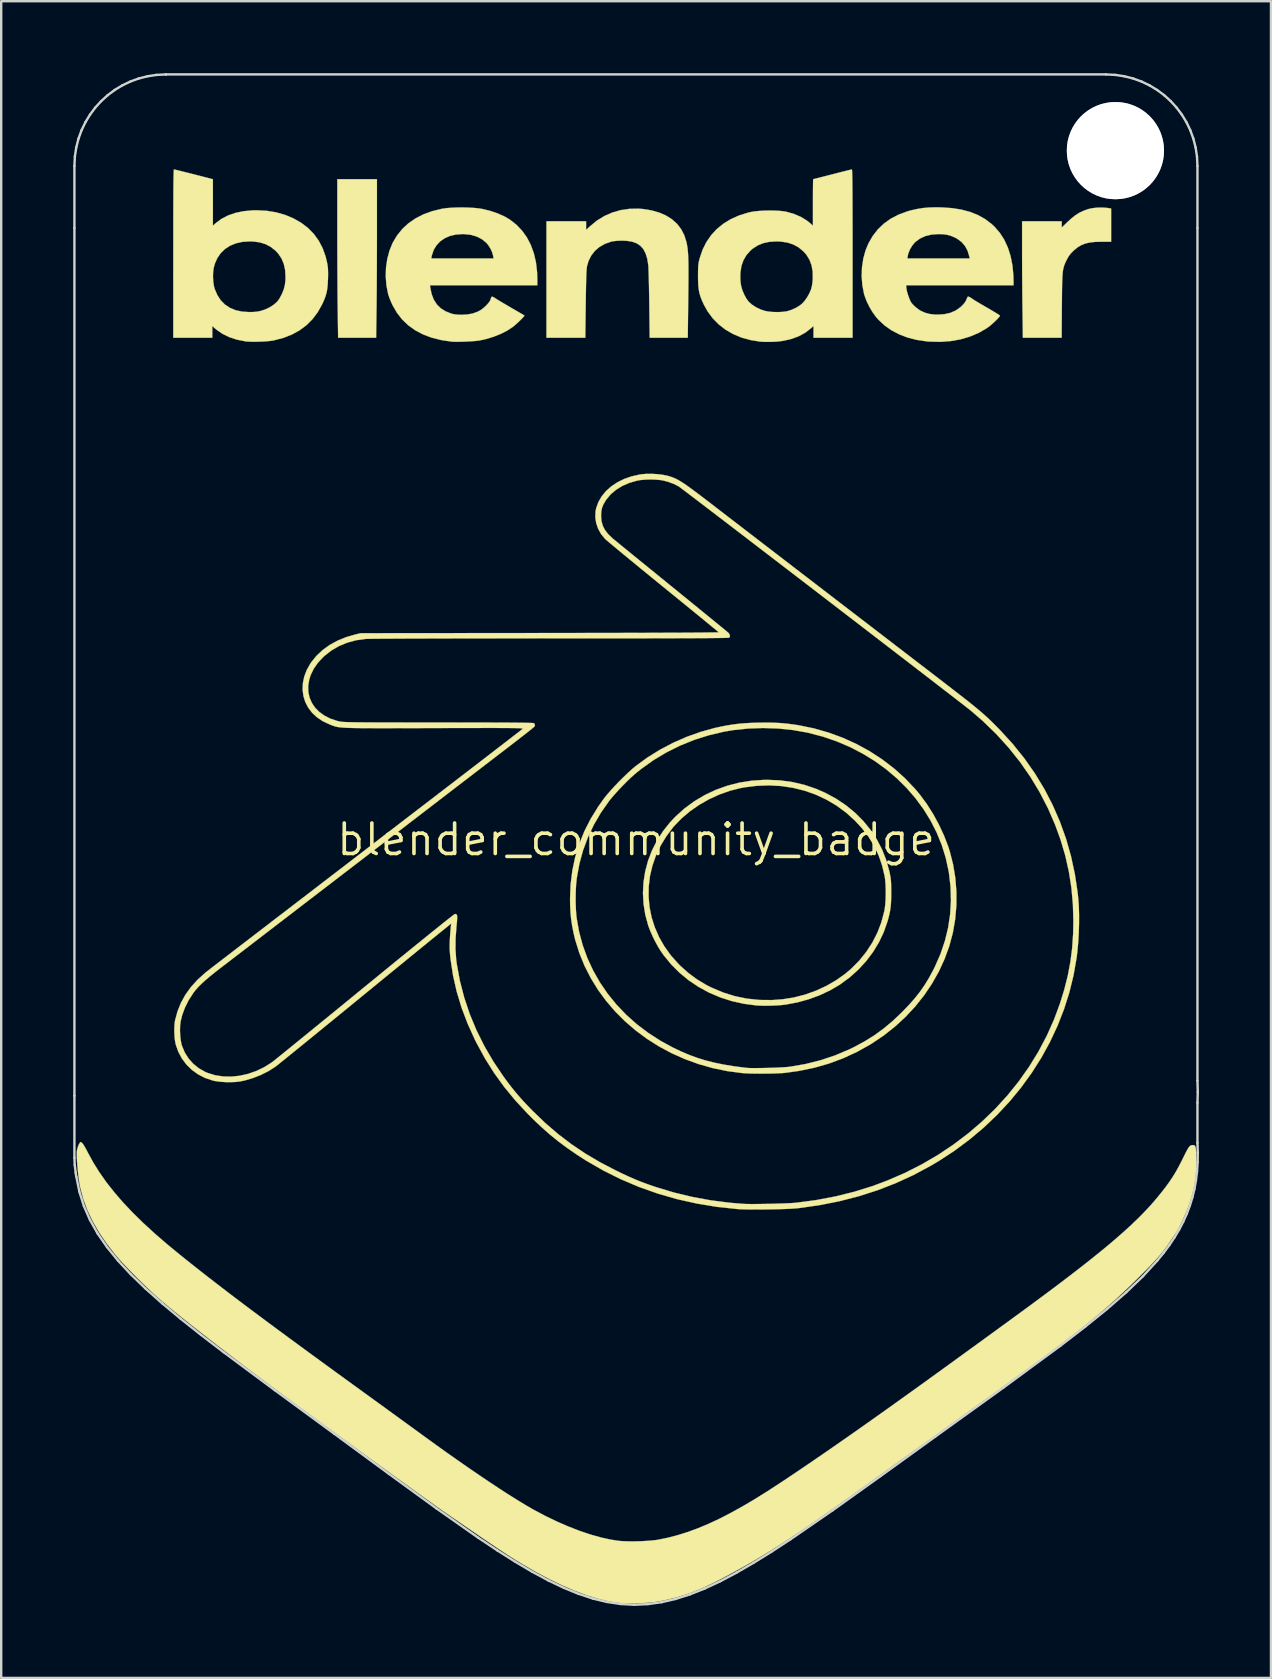
<source format=kicad_pcb>
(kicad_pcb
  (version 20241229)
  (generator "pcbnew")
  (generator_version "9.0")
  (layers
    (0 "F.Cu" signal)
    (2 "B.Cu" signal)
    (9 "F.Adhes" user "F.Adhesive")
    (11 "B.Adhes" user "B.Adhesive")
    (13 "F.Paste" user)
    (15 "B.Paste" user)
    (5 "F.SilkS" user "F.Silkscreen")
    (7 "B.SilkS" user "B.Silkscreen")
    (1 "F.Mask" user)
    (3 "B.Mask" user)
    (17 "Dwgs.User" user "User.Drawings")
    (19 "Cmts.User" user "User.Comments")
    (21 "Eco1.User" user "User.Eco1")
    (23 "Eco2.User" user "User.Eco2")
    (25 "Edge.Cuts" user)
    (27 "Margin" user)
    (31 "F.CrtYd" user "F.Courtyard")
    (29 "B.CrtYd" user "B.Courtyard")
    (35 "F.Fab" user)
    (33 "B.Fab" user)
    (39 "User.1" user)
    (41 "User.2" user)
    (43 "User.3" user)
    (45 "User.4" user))
  (footprint "blender_community_badge"
    (layer "F.Cu")
    (at 23.446 31.922)
    (property "Reference" "blender_community_badge" (at 0 0 0) (layer "F.SilkS") (effects (font (size 1.27 1.27) (thickness 0.15))))
    (attr through_hole)
    (fp_poly (pts (xy 5.982 -2.353) (xy 6.468 -2.286) (xy 6.945 -2.176) (xy 7.409 -2.024) (xy 7.857 -1.831) (xy 8.284 -1.597) (xy 8.688 -1.323) (xy 9.064 -1.009) (xy 9.192 -0.886) (xy 9.522 -0.524) (xy 9.806 -0.141) (xy 10.044 0.263) (xy 10.236 0.687) (xy 10.381 1.13) (xy 10.469 1.533) (xy 10.495 1.748) (xy 10.51 1.995) (xy 10.513 2.258) (xy 10.504 2.522) (xy 10.484 2.773) (xy 10.454 2.994) (xy 10.44 3.061) (xy 10.318 3.511) (xy 10.151 3.94) (xy 9.943 4.346) (xy 9.695 4.728) (xy 9.411 5.083) (xy 9.093 5.411) (xy 8.745 5.708) (xy 8.367 5.974) (xy 7.964 6.206) (xy 7.538 6.404) (xy 7.092 6.564) (xy 6.627 6.686) (xy 6.148 6.767) (xy 5.656 6.805) (xy 5.154 6.8) (xy 4.878 6.778) (xy 4.386 6.703) (xy 3.907 6.585) (xy 3.445 6.424) (xy 3.004 6.225) (xy 2.586 5.988) (xy 2.195 5.716) (xy 1.834 5.411) (xy 1.507 5.075) (xy 1.217 4.711) (xy 0.967 4.321) (xy 0.826 4.053) (xy 0.665 3.677) (xy 0.546 3.308) (xy 0.466 2.932) (xy 0.422 2.535) (xy 0.414 2.394) (xy 0.411 2.047) (xy 0.433 1.729) (xy 0.48 1.419) (xy 0.534 1.18) (xy 0.674 0.736) (xy 0.859 0.311) (xy 1.088 -0.091) (xy 1.36 -0.47) (xy 1.672 -0.822) (xy 2.023 -1.146) (xy 2.411 -1.44) (xy 2.834 -1.701) (xy 3.083 -1.831) (xy 3.546 -2.031) (xy 4.022 -2.185) (xy 4.507 -2.294) (xy 4.998 -2.358) (xy 5.491 -2.377) (xy 5.982 -2.353)) (stroke (width 0.01) (type solid)) (fill yes) (layer "F.Mask"))
    (fp_poly (pts (xy 0.954 -15.097) (xy 1.282 -15.037) (xy 1.582 -14.936) (xy 1.857 -14.793) (xy 1.968 -14.719) (xy 2.021 -14.68) (xy 2.11 -14.613) (xy 2.231 -14.521) (xy 2.381 -14.408) (xy 2.555 -14.275) (xy 2.749 -14.127) (xy 2.96 -13.966) (xy 3.182 -13.795) (xy 3.414 -13.618) (xy 3.471 -13.574) (xy 3.678 -13.415) (xy 3.92 -13.229) (xy 4.193 -13.019) (xy 4.491 -12.79) (xy 4.81 -12.545) (xy 5.146 -12.288) (xy 5.492 -12.022) (xy 5.844 -11.752) (xy 6.198 -11.48) (xy 6.548 -11.211) (xy 6.89 -10.949) (xy 7.087 -10.798) (xy 7.409 -10.551) (xy 7.733 -10.301) (xy 8.057 -10.053) (xy 8.375 -9.809) (xy 8.685 -9.571) (xy 8.981 -9.344) (xy 9.26 -9.129) (xy 9.519 -8.931) (xy 9.752 -8.751) (xy 9.956 -8.594) (xy 10.128 -8.462) (xy 10.249 -8.37) (xy 10.47 -8.2) (xy 10.711 -8.014) (xy 10.962 -7.821) (xy 11.213 -7.629) (xy 11.453 -7.444) (xy 11.672 -7.276) (xy 11.836 -7.15) (xy 12.195 -6.875) (xy 12.517 -6.628) (xy 12.803 -6.408) (xy 13.057 -6.212) (xy 13.282 -6.038) (xy 13.48 -5.885) (xy 13.653 -5.749) (xy 13.806 -5.629) (xy 13.939 -5.522) (xy 14.057 -5.427) (xy 14.162 -5.341) (xy 14.256 -5.262) (xy 14.342 -5.187) (xy 14.423 -5.116) (xy 14.501 -5.045) (xy 14.58 -4.972) (xy 14.662 -4.895) (xy 14.727 -4.834) (xy 15.234 -4.323) (xy 15.714 -3.775) (xy 16.162 -3.195) (xy 16.574 -2.591) (xy 16.945 -1.969) (xy 17.235 -1.41) (xy 17.537 -0.725) (xy 17.791 -0.026) (xy 17.997 0.685) (xy 18.155 1.407) (xy 18.264 2.136) (xy 18.324 2.87) (xy 18.336 3.606) (xy 18.297 4.342) (xy 18.209 5.076) (xy 18.158 5.372) (xy 18.001 6.088) (xy 17.795 6.793) (xy 17.542 7.484) (xy 17.243 8.159) (xy 16.899 8.817) (xy 16.512 9.455) (xy 16.083 10.072) (xy 15.613 10.664) (xy 15.104 11.23) (xy 14.557 11.769) (xy 13.973 12.277) (xy 13.611 12.562) (xy 12.972 13.016) (xy 12.299 13.436) (xy 11.597 13.818) (xy 10.873 14.159) (xy 10.131 14.457) (xy 9.393 14.703) (xy 8.588 14.92) (xy 7.766 15.09) (xy 6.932 15.212) (xy 6.401 15.264) (xy 6.258 15.274) (xy 6.08 15.282) (xy 5.877 15.29) (xy 5.659 15.296) (xy 5.437 15.301) (xy 5.222 15.304) (xy 5.024 15.305) (xy 4.854 15.305) (xy 4.721 15.302) (xy 4.699 15.301) (xy 3.912 15.243) (xy 3.155 15.151) (xy 2.421 15.021) (xy 1.701 14.854) (xy 0.989 14.646) (xy 0.826 14.593) (xy 0.042 14.307) (xy -0.71 13.981) (xy -1.432 13.615) (xy -2.124 13.209) (xy -2.788 12.761) (xy -3.425 12.27) (xy -3.848 11.908) (xy -4.39 11.393) (xy -4.895 10.851) (xy -5.364 10.282) (xy -5.794 9.69) (xy -6.183 9.078) (xy -6.531 8.448) (xy -6.836 7.804) (xy -7.096 7.147) (xy -7.31 6.48) (xy -7.476 5.807) (xy -7.594 5.129) (xy -7.61 5.004) (xy -7.63 4.771) (xy -7.639 4.503) (xy -7.637 4.212) (xy -7.624 3.914) (xy -7.6 3.621) (xy -7.586 3.499) (xy -7.574 3.388) (xy -7.565 3.299) (xy -7.561 3.242) (xy -7.562 3.226) (xy -7.582 3.242) (xy -7.639 3.288) (xy -7.732 3.363) (xy -7.858 3.466) (xy -8.015 3.593) (xy -8.201 3.745) (xy -8.414 3.919) (xy -8.652 4.114) (xy -8.913 4.327) (xy -9.196 4.558) (xy -9.497 4.804) (xy -9.815 5.064) (xy -10.148 5.336) (xy -10.493 5.619) (xy -10.85 5.911) (xy -10.865 5.923) (xy -11.338 6.31) (xy -11.773 6.666) (xy -12.172 6.993) (xy -12.536 7.291) (xy -12.868 7.563) (xy -13.169 7.809) (xy -13.44 8.031) (xy -13.683 8.23) (xy -13.901 8.407) (xy -14.093 8.565) (xy -14.263 8.703) (xy -14.412 8.824) (xy -14.541 8.929) (xy -14.651 9.019) (xy -14.746 9.095) (xy -14.826 9.159) (xy -14.893 9.213) (xy -14.948 9.257) (xy -14.994 9.292) (xy -15.032 9.321) (xy -15.063 9.344) (xy -15.089 9.363) (xy -15.112 9.38) (xy -15.133 9.394) (xy -15.155 9.409) (xy -15.175 9.423) (xy -15.502 9.617) (xy -15.847 9.774) (xy -16.202 9.89) (xy -16.561 9.965) (xy -16.916 9.996) (xy -17.258 9.981) (xy -17.596 9.921) (xy -17.906 9.82) (xy -18.188 9.68) (xy -18.438 9.502) (xy -18.654 9.29) (xy -18.835 9.043) (xy -18.977 8.765) (xy -19.066 8.508) (xy -19.087 8.417) (xy -19.1 8.314) (xy -19.108 8.186) (xy -19.11 8.021) (xy -19.11 7.976) (xy -19.108 7.815) (xy -19.103 7.69) (xy -19.092 7.586) (xy -19.074 7.485) (xy -19.047 7.374) (xy -19.041 7.353) (xy -18.931 7.028) (xy -18.777 6.705) (xy -18.584 6.392) (xy -18.357 6.1) (xy -18.189 5.919) (xy -18.131 5.866) (xy -18.038 5.787) (xy -17.913 5.684) (xy -17.762 5.562) (xy -17.588 5.424) (xy -17.397 5.273) (xy -17.194 5.114) (xy -16.982 4.951) (xy -16.904 4.891) (xy -16.747 4.771) (xy -16.554 4.623) (xy -16.328 4.449) (xy -16.073 4.253) (xy -15.791 4.037) (xy -15.487 3.804) (xy -15.165 3.557) (xy -14.827 3.298) (xy -14.479 3.03) (xy -14.122 2.757) (xy -13.761 2.479) (xy -13.74 2.464) (xy -2.642 2.464) (xy -2.617 3.036) (xy -2.543 3.6) (xy -2.421 4.152) (xy -2.253 4.69) (xy -2.04 5.214) (xy -1.783 5.719) (xy -1.483 6.205) (xy -1.143 6.669) (xy -0.762 7.109) (xy -0.343 7.523) (xy 0.114 7.91) (xy 0.606 8.266) (xy 1.134 8.59) (xy 1.181 8.616) (xy 1.72 8.888) (xy 2.288 9.12) (xy 2.883 9.313) (xy 3.498 9.465) (xy 4.131 9.574) (xy 4.724 9.636) (xy 4.834 9.641) (xy 4.984 9.643) (xy 5.164 9.642) (xy 5.362 9.638) (xy 5.568 9.633) (xy 5.772 9.626) (xy 5.962 9.617) (xy 6.129 9.607) (xy 6.261 9.596) (xy 6.312 9.591) (xy 6.935 9.491) (xy 7.526 9.357) (xy 8.092 9.187) (xy 8.534 9.022) (xy 9.085 8.774) (xy 9.614 8.486) (xy 10.118 8.159) (xy 10.595 7.797) (xy 11.04 7.403) (xy 11.451 6.979) (xy 11.825 6.529) (xy 12.16 6.055) (xy 12.451 5.56) (xy 12.639 5.177) (xy 12.854 4.647) (xy 13.019 4.115) (xy 13.136 3.577) (xy 13.206 3.028) (xy 13.229 2.461) (xy 13.225 2.223) (xy 13.194 1.73) (xy 13.132 1.265) (xy 13.036 0.813) (xy 12.903 0.362) (xy 12.899 0.35) (xy 12.69 -0.197) (xy 12.437 -0.721) (xy 12.141 -1.221) (xy 11.806 -1.695) (xy 11.432 -2.142) (xy 11.023 -2.56) (xy 10.58 -2.948) (xy 10.106 -3.302) (xy 9.603 -3.623) (xy 9.072 -3.908) (xy 8.516 -4.155) (xy 7.938 -4.363) (xy 7.339 -4.529) (xy 6.721 -4.654) (xy 6.588 -4.674) (xy 5.937 -4.745) (xy 5.289 -4.768) (xy 4.644 -4.743) (xy 4.007 -4.67) (xy 3.379 -4.552) (xy 2.765 -4.388) (xy 2.167 -4.18) (xy 1.587 -3.927) (xy 1.028 -3.632) (xy 0.494 -3.294) (xy -0.013 -2.914) (xy -0.061 -2.875) (xy -0.206 -2.749) (xy -0.369 -2.598) (xy -0.542 -2.431) (xy -0.713 -2.258) (xy -0.873 -2.09) (xy -1.011 -1.935) (xy -1.101 -1.829) (xy -1.461 -1.339) (xy -1.775 -0.832) (xy -2.04 -0.31) (xy -2.258 0.228) (xy -2.428 0.778) (xy -2.548 1.341) (xy -2.62 1.916) (xy -2.642 2.464) (xy -13.74 2.464) (xy -13.399 2.202) (xy -13.041 1.927) (xy -12.979 1.88) (xy -12.581 1.574) (xy -12.149 1.242) (xy -11.689 0.889) (xy -11.208 0.52) (xy -10.713 0.14) (xy -10.21 -0.246) (xy -9.704 -0.634) (xy -9.204 -1.018) (xy -8.715 -1.394) (xy -8.243 -1.756) (xy -7.796 -2.099) (xy -7.378 -2.419) (xy -7.253 -2.516) (xy -4.359 -4.737) (xy -8.307 -4.751) (xy -8.835 -4.752) (xy -9.314 -4.754) (xy -9.747 -4.756) (xy -10.137 -4.757) (xy -10.487 -4.758) (xy -10.798 -4.76) (xy -11.073 -4.762) (xy -11.316 -4.764) (xy -11.528 -4.767) (xy -11.711 -4.77) (xy -11.869 -4.774) (xy -12.005 -4.778) (xy -12.119 -4.783) (xy -12.216 -4.789) (xy -12.297 -4.796) (xy -12.365 -4.804) (xy -12.423 -4.813) (xy -12.473 -4.823) (xy -12.517 -4.835) (xy -12.559 -4.847) (xy -12.601 -4.862) (xy -12.644 -4.877) (xy -12.692 -4.895) (xy -12.709 -4.9) (xy -12.956 -5.01) (xy -13.182 -5.156) (xy -13.38 -5.334) (xy -13.545 -5.536) (xy -13.668 -5.757) (xy -13.718 -5.888) (xy -13.759 -6.074) (xy -13.774 -6.284) (xy -13.764 -6.498) (xy -13.729 -6.696) (xy -13.715 -6.744) (xy -13.594 -7.046) (xy -13.428 -7.327) (xy -13.22 -7.584) (xy -12.972 -7.816) (xy -12.687 -8.019) (xy -12.368 -8.192) (xy -12.019 -8.331) (xy -11.966 -8.349) (xy -11.917 -8.366) (xy -11.87 -8.381) (xy -11.823 -8.394) (xy -11.774 -8.407) (xy -11.72 -8.418) (xy -11.659 -8.428) (xy -11.588 -8.437) (xy -11.506 -8.445) (xy -11.411 -8.452) (xy -11.299 -8.459) (xy -11.169 -8.464) (xy -11.018 -8.468) (xy -10.845 -8.472) (xy -10.646 -8.476) (xy -10.42 -8.478) (xy -10.165 -8.48) (xy -9.878 -8.482) (xy -9.556 -8.483) (xy -9.198 -8.484) (xy -8.801 -8.485) (xy -8.364 -8.486) (xy -7.883 -8.486) (xy -7.357 -8.487) (xy -6.783 -8.487) (xy -6.566 -8.487) (xy -6.027 -8.488) (xy -5.471 -8.488) (xy -4.904 -8.489) (xy -4.33 -8.49) (xy -3.754 -8.491) (xy -3.181 -8.493) (xy -2.615 -8.494) (xy -2.063 -8.495) (xy -1.528 -8.497) (xy -1.015 -8.498) (xy -0.53 -8.5) (xy -0.077 -8.502) (xy 0.339 -8.503) (xy 0.713 -8.505) (xy 0.983 -8.506) (xy 3.782 -8.522) (xy 1.329 -10.516) (xy 1.019 -10.768) (xy 0.718 -11.014) (xy 0.429 -11.25) (xy 0.154 -11.475) (xy -0.104 -11.686) (xy -0.342 -11.883) (xy -0.558 -12.061) (xy -0.749 -12.22) (xy -0.913 -12.357) (xy -1.048 -12.47) (xy -1.15 -12.557) (xy -1.218 -12.617) (xy -1.247 -12.644) (xy -1.32 -12.736) (xy -1.397 -12.851) (xy -1.462 -12.965) (xy -1.465 -12.971) (xy -1.511 -13.069) (xy -1.54 -13.148) (xy -1.557 -13.228) (xy -1.566 -13.327) (xy -1.571 -13.411) (xy -1.563 -13.657) (xy -1.516 -13.88) (xy -1.427 -14.087) (xy -1.293 -14.286) (xy -1.143 -14.454) (xy -0.898 -14.665) (xy -0.623 -14.837) (xy -0.318 -14.969) (xy 0.011 -15.06) (xy 0.364 -15.108) (xy 0.597 -15.117) (xy 0.954 -15.097)) (stroke (width 0.01) (type solid)) (fill yes) (layer "F.Mask"))
    (fp_poly (pts (xy 5.982 -2.353) (xy 6.468 -2.286) (xy 6.945 -2.176) (xy 7.409 -2.024) (xy 7.857 -1.831) (xy 8.284 -1.597) (xy 8.688 -1.323) (xy 9.064 -1.009) (xy 9.192 -0.886) (xy 9.522 -0.524) (xy 9.806 -0.141) (xy 10.044 0.263) (xy 10.236 0.687) (xy 10.381 1.13) (xy 10.469 1.533) (xy 10.495 1.748) (xy 10.51 1.995) (xy 10.513 2.258) (xy 10.504 2.522) (xy 10.484 2.773) (xy 10.454 2.994) (xy 10.44 3.061) (xy 10.318 3.511) (xy 10.151 3.94) (xy 9.943 4.346) (xy 9.695 4.728) (xy 9.411 5.083) (xy 9.093 5.411) (xy 8.745 5.708) (xy 8.367 5.974) (xy 7.964 6.206) (xy 7.538 6.404) (xy 7.092 6.564) (xy 6.627 6.686) (xy 6.148 6.767) (xy 5.656 6.805) (xy 5.154 6.8) (xy 4.878 6.778) (xy 4.386 6.703) (xy 3.907 6.585) (xy 3.445 6.424) (xy 3.004 6.225) (xy 2.586 5.988) (xy 2.195 5.716) (xy 1.834 5.411) (xy 1.507 5.075) (xy 1.217 4.711) (xy 0.967 4.321) (xy 0.826 4.053) (xy 0.665 3.677) (xy 0.546 3.308) (xy 0.466 2.932) (xy 0.422 2.535) (xy 0.414 2.394) (xy 0.411 2.047) (xy 0.433 1.729) (xy 0.48 1.419) (xy 0.534 1.18) (xy 0.674 0.736) (xy 0.859 0.311) (xy 1.088 -0.091) (xy 1.36 -0.47) (xy 1.672 -0.822) (xy 2.023 -1.146) (xy 2.411 -1.44) (xy 2.834 -1.701) (xy 3.083 -1.831) (xy 3.546 -2.031) (xy 4.022 -2.185) (xy 4.507 -2.294) (xy 4.998 -2.358) (xy 5.491 -2.377) (xy 5.982 -2.353)) (stroke (width 0.01) (type solid)) (fill yes) (layer "B.Mask"))
    (fp_poly (pts (xy 0.954 -15.097) (xy 1.282 -15.037) (xy 1.582 -14.936) (xy 1.857 -14.793) (xy 1.968 -14.719) (xy 2.021 -14.68) (xy 2.11 -14.613) (xy 2.231 -14.521) (xy 2.381 -14.408) (xy 2.555 -14.275) (xy 2.749 -14.127) (xy 2.96 -13.966) (xy 3.182 -13.795) (xy 3.414 -13.618) (xy 3.471 -13.574) (xy 3.678 -13.415) (xy 3.92 -13.229) (xy 4.193 -13.019) (xy 4.491 -12.79) (xy 4.81 -12.545) (xy 5.146 -12.288) (xy 5.492 -12.022) (xy 5.844 -11.752) (xy 6.198 -11.48) (xy 6.548 -11.211) (xy 6.89 -10.949) (xy 7.087 -10.798) (xy 7.409 -10.551) (xy 7.733 -10.301) (xy 8.057 -10.053) (xy 8.375 -9.809) (xy 8.685 -9.571) (xy 8.981 -9.344) (xy 9.26 -9.129) (xy 9.519 -8.931) (xy 9.752 -8.751) (xy 9.956 -8.594) (xy 10.128 -8.462) (xy 10.249 -8.37) (xy 10.47 -8.2) (xy 10.711 -8.014) (xy 10.962 -7.821) (xy 11.213 -7.629) (xy 11.453 -7.444) (xy 11.672 -7.276) (xy 11.836 -7.15) (xy 12.195 -6.875) (xy 12.517 -6.628) (xy 12.803 -6.408) (xy 13.057 -6.212) (xy 13.282 -6.038) (xy 13.48 -5.885) (xy 13.653 -5.749) (xy 13.806 -5.629) (xy 13.939 -5.522) (xy 14.057 -5.427) (xy 14.162 -5.341) (xy 14.256 -5.262) (xy 14.342 -5.187) (xy 14.423 -5.116) (xy 14.501 -5.045) (xy 14.58 -4.972) (xy 14.662 -4.895) (xy 14.727 -4.834) (xy 15.234 -4.323) (xy 15.714 -3.775) (xy 16.162 -3.195) (xy 16.574 -2.591) (xy 16.945 -1.969) (xy 17.235 -1.41) (xy 17.537 -0.725) (xy 17.791 -0.026) (xy 17.997 0.685) (xy 18.155 1.407) (xy 18.264 2.136) (xy 18.324 2.87) (xy 18.336 3.606) (xy 18.297 4.342) (xy 18.209 5.076) (xy 18.158 5.372) (xy 18.001 6.088) (xy 17.795 6.793) (xy 17.542 7.484) (xy 17.243 8.159) (xy 16.899 8.817) (xy 16.512 9.455) (xy 16.083 10.072) (xy 15.613 10.664) (xy 15.104 11.23) (xy 14.557 11.769) (xy 13.973 12.277) (xy 13.611 12.562) (xy 12.972 13.016) (xy 12.299 13.436) (xy 11.597 13.818) (xy 10.873 14.159) (xy 10.131 14.457) (xy 9.393 14.703) (xy 8.588 14.92) (xy 7.766 15.09) (xy 6.932 15.212) (xy 6.401 15.264) (xy 6.258 15.274) (xy 6.08 15.282) (xy 5.877 15.29) (xy 5.659 15.296) (xy 5.437 15.301) (xy 5.222 15.304) (xy 5.024 15.305) (xy 4.854 15.305) (xy 4.721 15.302) (xy 4.699 15.301) (xy 3.912 15.243) (xy 3.155 15.151) (xy 2.421 15.021) (xy 1.701 14.854) (xy 0.989 14.646) (xy 0.826 14.593) (xy 0.042 14.307) (xy -0.71 13.981) (xy -1.432 13.615) (xy -2.124 13.209) (xy -2.788 12.761) (xy -3.425 12.27) (xy -3.848 11.908) (xy -4.39 11.393) (xy -4.895 10.851) (xy -5.364 10.282) (xy -5.794 9.69) (xy -6.183 9.078) (xy -6.531 8.448) (xy -6.836 7.804) (xy -7.096 7.147) (xy -7.31 6.48) (xy -7.476 5.807) (xy -7.594 5.129) (xy -7.61 5.004) (xy -7.63 4.771) (xy -7.639 4.503) (xy -7.637 4.212) (xy -7.624 3.914) (xy -7.6 3.621) (xy -7.586 3.499) (xy -7.574 3.388) (xy -7.565 3.299) (xy -7.561 3.242) (xy -7.562 3.226) (xy -7.582 3.242) (xy -7.639 3.288) (xy -7.732 3.363) (xy -7.858 3.466) (xy -8.015 3.593) (xy -8.201 3.745) (xy -8.414 3.919) (xy -8.652 4.114) (xy -8.913 4.327) (xy -9.196 4.558) (xy -9.497 4.804) (xy -9.815 5.064) (xy -10.148 5.336) (xy -10.493 5.619) (xy -10.85 5.911) (xy -10.865 5.923) (xy -11.338 6.31) (xy -11.773 6.666) (xy -12.172 6.993) (xy -12.536 7.291) (xy -12.868 7.563) (xy -13.169 7.809) (xy -13.44 8.031) (xy -13.683 8.23) (xy -13.901 8.407) (xy -14.093 8.565) (xy -14.263 8.703) (xy -14.412 8.824) (xy -14.541 8.929) (xy -14.651 9.019) (xy -14.746 9.095) (xy -14.826 9.159) (xy -14.893 9.213) (xy -14.948 9.257) (xy -14.994 9.292) (xy -15.032 9.321) (xy -15.063 9.344) (xy -15.089 9.363) (xy -15.112 9.38) (xy -15.133 9.394) (xy -15.155 9.409) (xy -15.175 9.423) (xy -15.502 9.617) (xy -15.847 9.774) (xy -16.202 9.89) (xy -16.561 9.965) (xy -16.916 9.996) (xy -17.258 9.981) (xy -17.596 9.921) (xy -17.906 9.82) (xy -18.188 9.68) (xy -18.438 9.502) (xy -18.654 9.29) (xy -18.835 9.043) (xy -18.977 8.765) (xy -19.066 8.508) (xy -19.087 8.417) (xy -19.1 8.314) (xy -19.108 8.186) (xy -19.11 8.021) (xy -19.11 7.976) (xy -19.108 7.815) (xy -19.103 7.69) (xy -19.092 7.586) (xy -19.074 7.485) (xy -19.047 7.374) (xy -19.041 7.353) (xy -18.931 7.028) (xy -18.777 6.705) (xy -18.584 6.392) (xy -18.357 6.1) (xy -18.189 5.919) (xy -18.131 5.866) (xy -18.038 5.787) (xy -17.913 5.684) (xy -17.762 5.562) (xy -17.588 5.424) (xy -17.397 5.273) (xy -17.194 5.114) (xy -16.982 4.951) (xy -16.904 4.891) (xy -16.747 4.771) (xy -16.554 4.623) (xy -16.328 4.449) (xy -16.073 4.253) (xy -15.791 4.037) (xy -15.487 3.804) (xy -15.165 3.557) (xy -14.827 3.298) (xy -14.479 3.03) (xy -14.122 2.757) (xy -13.761 2.479) (xy -13.74 2.464) (xy -2.642 2.464) (xy -2.617 3.036) (xy -2.543 3.6) (xy -2.421 4.152) (xy -2.253 4.69) (xy -2.04 5.214) (xy -1.783 5.719) (xy -1.483 6.205) (xy -1.143 6.669) (xy -0.762 7.109) (xy -0.343 7.523) (xy 0.114 7.91) (xy 0.606 8.266) (xy 1.134 8.59) (xy 1.181 8.616) (xy 1.72 8.888) (xy 2.288 9.12) (xy 2.883 9.313) (xy 3.498 9.465) (xy 4.131 9.574) (xy 4.724 9.636) (xy 4.834 9.641) (xy 4.984 9.643) (xy 5.164 9.642) (xy 5.362 9.638) (xy 5.568 9.633) (xy 5.772 9.626) (xy 5.962 9.617) (xy 6.129 9.607) (xy 6.261 9.596) (xy 6.312 9.591) (xy 6.935 9.491) (xy 7.526 9.357) (xy 8.092 9.187) (xy 8.534 9.022) (xy 9.085 8.774) (xy 9.614 8.486) (xy 10.118 8.159) (xy 10.595 7.797) (xy 11.04 7.403) (xy 11.451 6.979) (xy 11.825 6.529) (xy 12.16 6.055) (xy 12.451 5.56) (xy 12.639 5.177) (xy 12.854 4.647) (xy 13.019 4.115) (xy 13.136 3.577) (xy 13.206 3.028) (xy 13.229 2.461) (xy 13.225 2.223) (xy 13.194 1.73) (xy 13.132 1.265) (xy 13.036 0.813) (xy 12.903 0.362) (xy 12.899 0.35) (xy 12.69 -0.197) (xy 12.437 -0.721) (xy 12.141 -1.221) (xy 11.806 -1.695) (xy 11.432 -2.142) (xy 11.023 -2.56) (xy 10.58 -2.948) (xy 10.106 -3.302) (xy 9.603 -3.623) (xy 9.072 -3.908) (xy 8.516 -4.155) (xy 7.938 -4.363) (xy 7.339 -4.529) (xy 6.721 -4.654) (xy 6.588 -4.674) (xy 5.937 -4.745) (xy 5.289 -4.768) (xy 4.644 -4.743) (xy 4.007 -4.67) (xy 3.379 -4.552) (xy 2.765 -4.388) (xy 2.167 -4.18) (xy 1.587 -3.927) (xy 1.028 -3.632) (xy 0.494 -3.294) (xy -0.013 -2.914) (xy -0.061 -2.875) (xy -0.206 -2.749) (xy -0.369 -2.598) (xy -0.542 -2.431) (xy -0.713 -2.258) (xy -0.873 -2.09) (xy -1.011 -1.935) (xy -1.101 -1.829) (xy -1.461 -1.339) (xy -1.775 -0.832) (xy -2.04 -0.31) (xy -2.258 0.228) (xy -2.428 0.778) (xy -2.548 1.341) (xy -2.62 1.916) (xy -2.642 2.464) (xy -13.74 2.464) (xy -13.399 2.202) (xy -13.041 1.927) (xy -12.979 1.88) (xy -12.581 1.574) (xy -12.149 1.242) (xy -11.689 0.889) (xy -11.208 0.52) (xy -10.713 0.14) (xy -10.21 -0.246) (xy -9.704 -0.634) (xy -9.204 -1.018) (xy -8.715 -1.394) (xy -8.243 -1.756) (xy -7.796 -2.099) (xy -7.378 -2.419) (xy -7.253 -2.516) (xy -4.359 -4.737) (xy -8.307 -4.751) (xy -8.835 -4.752) (xy -9.314 -4.754) (xy -9.747 -4.756) (xy -10.137 -4.757) (xy -10.487 -4.758) (xy -10.798 -4.76) (xy -11.073 -4.762) (xy -11.316 -4.764) (xy -11.528 -4.767) (xy -11.711 -4.77) (xy -11.869 -4.774) (xy -12.005 -4.778) (xy -12.119 -4.783) (xy -12.216 -4.789) (xy -12.297 -4.796) (xy -12.365 -4.804) (xy -12.423 -4.813) (xy -12.473 -4.823) (xy -12.517 -4.835) (xy -12.559 -4.847) (xy -12.601 -4.862) (xy -12.644 -4.877) (xy -12.692 -4.895) (xy -12.709 -4.9) (xy -12.956 -5.01) (xy -13.182 -5.156) (xy -13.38 -5.334) (xy -13.545 -5.536) (xy -13.668 -5.757) (xy -13.718 -5.888) (xy -13.759 -6.074) (xy -13.774 -6.284) (xy -13.764 -6.498) (xy -13.729 -6.696) (xy -13.715 -6.744) (xy -13.594 -7.046) (xy -13.428 -7.327) (xy -13.22 -7.584) (xy -12.972 -7.816) (xy -12.687 -8.019) (xy -12.368 -8.192) (xy -12.019 -8.331) (xy -11.966 -8.349) (xy -11.917 -8.366) (xy -11.87 -8.381) (xy -11.823 -8.394) (xy -11.774 -8.407) (xy -11.72 -8.418) (xy -11.659 -8.428) (xy -11.588 -8.437) (xy -11.506 -8.445) (xy -11.411 -8.452) (xy -11.299 -8.459) (xy -11.169 -8.464) (xy -11.018 -8.468) (xy -10.845 -8.472) (xy -10.646 -8.476) (xy -10.42 -8.478) (xy -10.165 -8.48) (xy -9.878 -8.482) (xy -9.556 -8.483) (xy -9.198 -8.484) (xy -8.801 -8.485) (xy -8.364 -8.486) (xy -7.883 -8.486) (xy -7.357 -8.487) (xy -6.783 -8.487) (xy -6.566 -8.487) (xy -6.027 -8.488) (xy -5.471 -8.488) (xy -4.904 -8.489) (xy -4.33 -8.49) (xy -3.754 -8.491) (xy -3.181 -8.493) (xy -2.615 -8.494) (xy -2.063 -8.495) (xy -1.528 -8.497) (xy -1.015 -8.498) (xy -0.53 -8.5) (xy -0.077 -8.502) (xy 0.339 -8.503) (xy 0.713 -8.505) (xy 0.983 -8.506) (xy 3.782 -8.522) (xy 1.329 -10.516) (xy 1.019 -10.768) (xy 0.718 -11.014) (xy 0.429 -11.25) (xy 0.154 -11.475) (xy -0.104 -11.686) (xy -0.342 -11.883) (xy -0.558 -12.061) (xy -0.749 -12.22) (xy -0.913 -12.357) (xy -1.048 -12.47) (xy -1.15 -12.557) (xy -1.218 -12.617) (xy -1.247 -12.644) (xy -1.32 -12.736) (xy -1.397 -12.851) (xy -1.462 -12.965) (xy -1.465 -12.971) (xy -1.511 -13.069) (xy -1.54 -13.148) (xy -1.557 -13.228) (xy -1.566 -13.327) (xy -1.571 -13.411) (xy -1.563 -13.657) (xy -1.516 -13.88) (xy -1.427 -14.087) (xy -1.293 -14.286) (xy -1.143 -14.454) (xy -0.898 -14.665) (xy -0.623 -14.837) (xy -0.318 -14.969) (xy 0.011 -15.06) (xy 0.364 -15.108) (xy 0.597 -15.117) (xy 0.954 -15.097)) (stroke (width 0.01) (type solid)) (fill yes) (layer "B.Mask"))
    (fp_poly (pts (xy -10.795 -25.406) (xy -10.795 -25.046) (xy -10.796 -24.673) (xy -10.797 -24.294) (xy -10.798 -23.916) (xy -10.8 -23.547) (xy -10.802 -23.193) (xy -10.804 -22.863) (xy -10.807 -22.562) (xy -10.809 -22.299) (xy -10.812 -22.104) (xy -10.829 -20.904) (xy -12.412 -20.904) (xy -12.429 -22.089) (xy -12.432 -22.311) (xy -12.435 -22.576) (xy -12.437 -22.877) (xy -12.439 -23.208) (xy -12.441 -23.562) (xy -12.443 -23.931) (xy -12.444 -24.308) (xy -12.445 -24.686) (xy -12.446 -25.059) (xy -12.446 -25.391) (xy -12.446 -27.508) (xy -10.795 -27.508) (xy -10.795 -25.406)) (stroke (width 0.01) (type solid)) (fill yes) (layer "F.SilkS"))
    (fp_poly (pts (xy 19.575 -26.317) (xy 19.666 -26.305) (xy 19.787 -26.286) (xy 19.787 -24.902) (xy 19.387 -24.903) (xy 19.127 -24.896) (xy 18.907 -24.873) (xy 18.718 -24.83) (xy 18.552 -24.765) (xy 18.399 -24.675) (xy 18.251 -24.556) (xy 18.211 -24.519) (xy 18.101 -24.407) (xy 18.018 -24.296) (xy 17.944 -24.163) (xy 17.937 -24.148) (xy 17.897 -24.067) (xy 17.864 -23.993) (xy 17.836 -23.923) (xy 17.813 -23.85) (xy 17.794 -23.771) (xy 17.778 -23.681) (xy 17.767 -23.575) (xy 17.758 -23.448) (xy 17.751 -23.295) (xy 17.746 -23.112) (xy 17.742 -22.894) (xy 17.739 -22.636) (xy 17.737 -22.333) (xy 17.736 -22.244) (xy 17.726 -20.904) (xy 16.112 -20.904) (xy 16.095 -22.104) (xy 16.091 -22.405) (xy 16.088 -22.742) (xy 16.085 -23.102) (xy 16.082 -23.471) (xy 16.08 -23.835) (xy 16.079 -24.179) (xy 16.078 -24.49) (xy 16.078 -24.53) (xy 16.078 -25.756) (xy 17.729 -25.756) (xy 17.729 -25.494) (xy 17.951 -25.708) (xy 18.131 -25.873) (xy 18.295 -26.003) (xy 18.455 -26.105) (xy 18.623 -26.186) (xy 18.809 -26.254) (xy 18.847 -26.266) (xy 19.002 -26.3) (xy 19.188 -26.321) (xy 19.385 -26.327) (xy 19.575 -26.317)) (stroke (width 0.01) (type solid)) (fill yes) (layer "F.SilkS"))
    (fp_poly (pts (xy 0.285 -26.266) (xy 0.642 -26.208) (xy 0.964 -26.117) (xy 1.249 -25.993) (xy 1.496 -25.837) (xy 1.705 -25.649) (xy 1.875 -25.429) (xy 2.005 -25.18) (xy 2.094 -24.9) (xy 2.108 -24.836) (xy 2.125 -24.748) (xy 2.139 -24.658) (xy 2.151 -24.563) (xy 2.16 -24.458) (xy 2.168 -24.339) (xy 2.174 -24.202) (xy 2.178 -24.043) (xy 2.18 -23.858) (xy 2.181 -23.641) (xy 2.18 -23.39) (xy 2.178 -23.1) (xy 2.175 -22.766) (xy 2.172 -22.487) (xy 2.153 -20.904) (xy 0.566 -20.904) (xy 0.549 -22.32) (xy 0.545 -22.591) (xy 0.54 -22.853) (xy 0.536 -23.099) (xy 0.53 -23.326) (xy 0.525 -23.526) (xy 0.519 -23.695) (xy 0.514 -23.827) (xy 0.509 -23.917) (xy 0.506 -23.945) (xy 0.462 -24.207) (xy 0.393 -24.424) (xy 0.299 -24.6) (xy 0.175 -24.738) (xy 0.02 -24.839) (xy -0.169 -24.906) (xy -0.395 -24.941) (xy -0.584 -24.949) (xy -0.81 -24.941) (xy -0.989 -24.918) (xy -1.041 -24.906) (xy -1.299 -24.815) (xy -1.524 -24.687) (xy -1.714 -24.525) (xy -1.866 -24.33) (xy -1.979 -24.106) (xy -2.045 -23.882) (xy -2.053 -23.826) (xy -2.061 -23.742) (xy -2.068 -23.629) (xy -2.074 -23.483) (xy -2.08 -23.3) (xy -2.085 -23.078) (xy -2.09 -22.814) (xy -2.095 -22.503) (xy -2.098 -22.308) (xy -2.116 -20.904) (xy -3.734 -20.904) (xy -3.734 -25.756) (xy -2.083 -25.756) (xy -2.083 -25.394) (xy -1.911 -25.554) (xy -1.627 -25.787) (xy -1.317 -25.976) (xy -0.985 -26.121) (xy -0.635 -26.221) (xy -0.27 -26.274) (xy 0.106 -26.28) (xy 0.285 -26.266)) (stroke (width 0.01) (type solid)) (fill yes) (layer "F.SilkS"))
    (fp_poly (pts (xy -19.219 -27.909) (xy -19.145 -27.891) (xy -19.036 -27.865) (xy -18.896 -27.83) (xy -18.733 -27.789) (xy -18.552 -27.744) (xy -18.36 -27.695) (xy -18.164 -27.645) (xy -17.969 -27.595) (xy -17.783 -27.547) (xy -17.723 -27.531) (xy -17.628 -27.506) (xy -17.628 -25.573) (xy -17.507 -25.68) (xy -17.267 -25.858) (xy -16.992 -26) (xy -16.682 -26.106) (xy -16.341 -26.176) (xy -15.968 -26.21) (xy -15.815 -26.213) (xy -15.391 -26.192) (xy -14.993 -26.127) (xy -14.615 -26.019) (xy -14.262 -25.87) (xy -13.942 -25.686) (xy -13.661 -25.47) (xy -13.419 -25.221) (xy -13.217 -24.941) (xy -13.055 -24.629) (xy -12.932 -24.286) (xy -12.863 -23.99) (xy -12.845 -23.875) (xy -12.834 -23.755) (xy -12.83 -23.619) (xy -12.831 -23.452) (xy -12.834 -23.355) (xy -12.845 -23.133) (xy -12.863 -22.947) (xy -12.893 -22.783) (xy -12.938 -22.628) (xy -13 -22.466) (xy -13.078 -22.295) (xy -13.26 -21.969) (xy -13.477 -21.681) (xy -13.728 -21.429) (xy -14.014 -21.215) (xy -14.334 -21.039) (xy -14.689 -20.899) (xy -15.078 -20.797) (xy -15.115 -20.79) (xy -15.248 -20.77) (xy -15.417 -20.754) (xy -15.606 -20.743) (xy -15.802 -20.738) (xy -15.989 -20.737) (xy -16.154 -20.743) (xy -16.269 -20.753) (xy -16.624 -20.823) (xy -16.948 -20.929) (xy -17.239 -21.073) (xy -17.496 -21.253) (xy -17.557 -21.306) (xy -17.653 -21.393) (xy -17.653 -20.904) (xy -19.279 -20.904) (xy -19.279 -23.447) (xy -17.624 -23.447) (xy -17.613 -23.248) (xy -17.587 -23.064) (xy -17.553 -22.936) (xy -17.443 -22.68) (xy -17.302 -22.464) (xy -17.127 -22.287) (xy -16.921 -22.149) (xy -16.683 -22.051) (xy -16.413 -21.992) (xy -16.127 -21.973) (xy -15.942 -21.976) (xy -15.789 -21.991) (xy -15.651 -22.017) (xy -15.636 -22.021) (xy -15.434 -22.088) (xy -15.245 -22.18) (xy -15.078 -22.291) (xy -14.943 -22.414) (xy -14.858 -22.53) (xy -14.752 -22.73) (xy -14.678 -22.911) (xy -14.632 -23.088) (xy -14.608 -23.277) (xy -14.603 -23.447) (xy -14.62 -23.732) (xy -14.677 -23.985) (xy -14.772 -24.21) (xy -14.908 -24.41) (xy -15.026 -24.535) (xy -15.218 -24.687) (xy -15.429 -24.799) (xy -15.663 -24.873) (xy -15.928 -24.911) (xy -16.106 -24.917) (xy -16.402 -24.897) (xy -16.672 -24.836) (xy -16.914 -24.736) (xy -17.125 -24.6) (xy -17.302 -24.428) (xy -17.444 -24.222) (xy -17.548 -23.985) (xy -17.594 -23.815) (xy -17.618 -23.642) (xy -17.624 -23.447) (xy -19.279 -23.447) (xy -19.279 -24.409) (xy -19.278 -24.929) (xy -19.278 -25.4) (xy -19.278 -25.824) (xy -19.277 -26.202) (xy -19.276 -26.538) (xy -19.274 -26.831) (xy -19.273 -27.085) (xy -19.271 -27.302) (xy -19.269 -27.482) (xy -19.266 -27.628) (xy -19.263 -27.742) (xy -19.26 -27.826) (xy -19.256 -27.881) (xy -19.252 -27.909) (xy -19.249 -27.915) (xy -19.219 -27.909)) (stroke (width 0.01) (type solid)) (fill yes) (layer "F.SilkS"))
    (fp_poly (pts (xy 12.724 -26.333) (xy 13.156 -26.303) (xy 13.551 -26.241) (xy 13.911 -26.145) (xy 14.238 -26.015) (xy 14.534 -25.849) (xy 14.802 -25.647) (xy 14.929 -25.53) (xy 15.149 -25.276) (xy 15.335 -24.987) (xy 15.485 -24.663) (xy 15.599 -24.307) (xy 15.676 -23.919) (xy 15.716 -23.503) (xy 15.722 -23.26) (xy 15.723 -23.089) (xy 11.245 -23.089) (xy 11.262 -22.945) (xy 11.284 -22.831) (xy 11.325 -22.692) (xy 11.377 -22.546) (xy 11.435 -22.412) (xy 11.435 -22.411) (xy 11.487 -22.335) (xy 11.57 -22.246) (xy 11.671 -22.155) (xy 11.778 -22.075) (xy 11.855 -22.027) (xy 12.035 -21.946) (xy 12.22 -21.895) (xy 12.426 -21.87) (xy 12.561 -21.866) (xy 12.845 -21.885) (xy 13.098 -21.943) (xy 13.321 -22.042) (xy 13.515 -22.181) (xy 13.57 -22.233) (xy 13.649 -22.316) (xy 13.704 -22.386) (xy 13.746 -22.463) (xy 13.789 -22.562) (xy 13.81 -22.608) (xy 13.834 -22.619) (xy 13.879 -22.601) (xy 13.9 -22.591) (xy 13.97 -22.551) (xy 14.026 -22.511) (xy 14.028 -22.509) (xy 14.062 -22.486) (xy 14.134 -22.441) (xy 14.236 -22.379) (xy 14.363 -22.305) (xy 14.507 -22.221) (xy 14.611 -22.16) (xy 14.761 -22.074) (xy 14.895 -21.994) (xy 15.008 -21.926) (xy 15.093 -21.872) (xy 15.144 -21.837) (xy 15.157 -21.825) (xy 15.144 -21.794) (xy 15.099 -21.738) (xy 15.03 -21.664) (xy 14.944 -21.581) (xy 14.849 -21.494) (xy 14.753 -21.411) (xy 14.662 -21.34) (xy 14.614 -21.306) (xy 14.276 -21.109) (xy 13.908 -20.953) (xy 13.515 -20.837) (xy 13.1 -20.764) (xy 12.664 -20.732) (xy 12.211 -20.744) (xy 12.092 -20.754) (xy 11.688 -20.814) (xy 11.308 -20.912) (xy 10.955 -21.047) (xy 10.633 -21.217) (xy 10.343 -21.422) (xy 10.09 -21.658) (xy 9.982 -21.785) (xy 9.84 -21.983) (xy 9.709 -22.207) (xy 9.597 -22.44) (xy 9.514 -22.664) (xy 9.491 -22.746) (xy 9.423 -23.104) (xy 9.396 -23.472) (xy 9.41 -23.84) (xy 9.465 -24.199) (xy 9.466 -24.206) (xy 11.299 -24.206) (xy 13.898 -24.206) (xy 13.88 -24.289) (xy 13.809 -24.525) (xy 13.702 -24.725) (xy 13.558 -24.891) (xy 13.376 -25.026) (xy 13.271 -25.082) (xy 13.112 -25.149) (xy 12.958 -25.192) (xy 12.791 -25.215) (xy 12.593 -25.222) (xy 12.591 -25.222) (xy 12.309 -25.201) (xy 12.056 -25.141) (xy 11.833 -25.041) (xy 11.642 -24.902) (xy 11.603 -24.864) (xy 11.497 -24.735) (xy 11.406 -24.579) (xy 11.34 -24.418) (xy 11.316 -24.314) (xy 11.299 -24.206) (xy 9.466 -24.206) (xy 9.558 -24.541) (xy 9.676 -24.828) (xy 9.855 -25.14) (xy 10.069 -25.416) (xy 10.32 -25.657) (xy 10.607 -25.862) (xy 10.93 -26.031) (xy 11.289 -26.164) (xy 11.463 -26.213) (xy 11.712 -26.268) (xy 11.954 -26.307) (xy 12.203 -26.329) (xy 12.475 -26.337) (xy 12.724 -26.333)) (stroke (width 0.01) (type solid)) (fill yes) (layer "F.SilkS"))
    (fp_poly (pts (xy -6.946 -26.323) (xy -6.717 -26.309) (xy -6.517 -26.287) (xy -6.407 -26.268) (xy -6.072 -26.187) (xy -5.76 -26.08) (xy -5.478 -25.954) (xy -5.258 -25.824) (xy -4.984 -25.61) (xy -4.747 -25.361) (xy -4.546 -25.079) (xy -4.383 -24.764) (xy -4.258 -24.418) (xy -4.171 -24.042) (xy -4.124 -23.638) (xy -4.115 -23.349) (xy -4.115 -23.089) (xy -8.586 -23.089) (xy -8.571 -22.981) (xy -8.514 -22.714) (xy -8.424 -22.484) (xy -8.299 -22.291) (xy -8.138 -22.132) (xy -7.939 -22.006) (xy -7.7 -21.91) (xy -7.682 -21.904) (xy -7.556 -21.877) (xy -7.402 -21.863) (xy -7.264 -21.86) (xy -7.019 -21.874) (xy -6.806 -21.914) (xy -6.61 -21.984) (xy -6.521 -22.028) (xy -6.427 -22.088) (xy -6.327 -22.17) (xy -6.23 -22.262) (xy -6.147 -22.355) (xy -6.087 -22.438) (xy -6.062 -22.495) (xy -6.04 -22.575) (xy -6.012 -22.612) (xy -5.967 -22.608) (xy -5.896 -22.568) (xy -5.876 -22.555) (xy -5.82 -22.518) (xy -5.727 -22.461) (xy -5.605 -22.388) (xy -5.463 -22.304) (xy -5.309 -22.214) (xy -5.207 -22.154) (xy -5.057 -22.067) (xy -4.921 -21.988) (xy -4.807 -21.922) (xy -4.72 -21.871) (xy -4.666 -21.839) (xy -4.651 -21.829) (xy -4.662 -21.807) (xy -4.702 -21.758) (xy -4.766 -21.691) (xy -4.844 -21.613) (xy -4.931 -21.53) (xy -5.018 -21.452) (xy -5.097 -21.385) (xy -5.131 -21.358) (xy -5.365 -21.203) (xy -5.638 -21.064) (xy -5.939 -20.944) (xy -6.258 -20.847) (xy -6.521 -20.79) (xy -6.625 -20.776) (xy -6.766 -20.763) (xy -6.932 -20.752) (xy -7.109 -20.743) (xy -7.286 -20.737) (xy -7.45 -20.735) (xy -7.587 -20.736) (xy -7.684 -20.742) (xy -8.117 -20.807) (xy -8.515 -20.907) (xy -8.876 -21.043) (xy -9.202 -21.215) (xy -9.492 -21.423) (xy -9.746 -21.666) (xy -9.963 -21.945) (xy -10.144 -22.259) (xy -10.146 -22.263) (xy -10.207 -22.396) (xy -10.264 -22.537) (xy -10.311 -22.667) (xy -10.334 -22.746) (xy -10.402 -23.102) (xy -10.429 -23.468) (xy -10.416 -23.834) (xy -10.363 -24.192) (xy -10.359 -24.206) (xy -8.533 -24.206) (xy -5.937 -24.206) (xy -5.954 -24.314) (xy -5.995 -24.464) (xy -6.068 -24.622) (xy -6.163 -24.77) (xy -6.244 -24.864) (xy -6.427 -25.012) (xy -6.642 -25.121) (xy -6.888 -25.191) (xy -7.162 -25.221) (xy -7.229 -25.222) (xy -7.504 -25.202) (xy -7.754 -25.144) (xy -7.973 -25.048) (xy -8.161 -24.918) (xy -8.315 -24.754) (xy -8.431 -24.56) (xy -8.507 -24.336) (xy -8.517 -24.289) (xy -8.533 -24.206) (xy -10.359 -24.206) (xy -10.272 -24.533) (xy -10.144 -24.848) (xy -10.134 -24.867) (xy -9.955 -25.167) (xy -9.737 -25.436) (xy -9.482 -25.672) (xy -9.189 -25.874) (xy -8.861 -26.042) (xy -8.497 -26.175) (xy -8.1 -26.273) (xy -8.065 -26.279) (xy -7.888 -26.304) (xy -7.674 -26.32) (xy -7.438 -26.329) (xy -7.191 -26.33) (xy -6.946 -26.323)) (stroke (width 0.01) (type solid)) (fill yes) (layer "F.SilkS"))
    (fp_poly (pts (xy 8.993 -27.899) (xy 8.997 -27.85) (xy 9.001 -27.766) (xy 9.004 -27.647) (xy 9.007 -27.491) (xy 9.009 -27.296) (xy 9.011 -27.06) (xy 9.013 -26.784) (xy 9.014 -26.464) (xy 9.015 -26.101) (xy 9.016 -25.691) (xy 9.017 -25.234) (xy 9.017 -24.729) (xy 9.017 -24.409) (xy 9.017 -20.904) (xy 7.391 -20.904) (xy 7.391 -21.393) (xy 7.295 -21.306) (xy 7.051 -21.118) (xy 6.777 -20.967) (xy 6.471 -20.854) (xy 6.13 -20.776) (xy 5.982 -20.755) (xy 5.834 -20.741) (xy 5.659 -20.733) (xy 5.477 -20.731) (xy 5.305 -20.734) (xy 5.163 -20.743) (xy 5.156 -20.744) (xy 4.757 -20.809) (xy 4.383 -20.914) (xy 4.038 -21.059) (xy 3.723 -21.241) (xy 3.44 -21.461) (xy 3.191 -21.715) (xy 2.978 -22.004) (xy 2.831 -22.267) (xy 2.748 -22.445) (xy 2.685 -22.604) (xy 2.639 -22.757) (xy 2.608 -22.914) (xy 2.59 -23.089) (xy 2.582 -23.293) (xy 2.58 -23.444) (xy 4.34 -23.444) (xy 4.349 -23.235) (xy 4.378 -23.049) (xy 4.43 -22.872) (xy 4.512 -22.686) (xy 4.596 -22.53) (xy 4.692 -22.403) (xy 4.828 -22.282) (xy 4.995 -22.173) (xy 5.182 -22.083) (xy 5.365 -22.022) (xy 5.515 -21.994) (xy 5.697 -21.977) (xy 5.891 -21.972) (xy 6.078 -21.979) (xy 6.242 -21.999) (xy 6.293 -22.009) (xy 6.477 -22.067) (xy 6.66 -22.151) (xy 6.825 -22.252) (xy 6.909 -22.319) (xy 7.017 -22.436) (xy 7.122 -22.585) (xy 7.216 -22.751) (xy 7.287 -22.916) (xy 7.295 -22.942) (xy 7.328 -23.077) (xy 7.351 -23.248) (xy 7.36 -23.372) (xy 7.355 -23.659) (xy 7.31 -23.917) (xy 7.225 -24.147) (xy 7.099 -24.354) (xy 6.975 -24.496) (xy 6.778 -24.661) (xy 6.556 -24.785) (xy 6.306 -24.868) (xy 6.027 -24.91) (xy 5.846 -24.917) (xy 5.555 -24.899) (xy 5.297 -24.844) (xy 5.066 -24.75) (xy 4.859 -24.616) (xy 4.765 -24.535) (xy 4.598 -24.348) (xy 4.474 -24.137) (xy 4.39 -23.9) (xy 4.347 -23.634) (xy 4.34 -23.444) (xy 2.58 -23.444) (xy 2.58 -23.482) (xy 2.581 -23.657) (xy 2.584 -23.792) (xy 2.589 -23.898) (xy 2.599 -23.986) (xy 2.613 -24.067) (xy 2.632 -24.152) (xy 2.65 -24.218) (xy 2.768 -24.567) (xy 2.927 -24.887) (xy 3.126 -25.175) (xy 3.363 -25.432) (xy 3.637 -25.655) (xy 3.945 -25.844) (xy 4.289 -25.997) (xy 4.664 -26.114) (xy 4.782 -26.141) (xy 4.947 -26.168) (xy 5.146 -26.187) (xy 5.366 -26.199) (xy 5.594 -26.203) (xy 5.816 -26.198) (xy 6.019 -26.185) (xy 6.191 -26.164) (xy 6.248 -26.154) (xy 6.567 -26.064) (xy 6.857 -25.941) (xy 7.112 -25.786) (xy 7.262 -25.666) (xy 7.366 -25.572) (xy 7.366 -26.54) (xy 7.366 -26.756) (xy 7.367 -26.956) (xy 7.368 -27.133) (xy 7.37 -27.282) (xy 7.372 -27.398) (xy 7.374 -27.475) (xy 7.376 -27.507) (xy 7.377 -27.508) (xy 7.403 -27.514) (xy 7.472 -27.532) (xy 7.579 -27.559) (xy 7.717 -27.594) (xy 7.881 -27.636) (xy 8.064 -27.683) (xy 8.174 -27.711) (xy 8.367 -27.761) (xy 8.544 -27.806) (xy 8.7 -27.845) (xy 8.828 -27.877) (xy 8.923 -27.9) (xy 8.978 -27.913) (xy 8.989 -27.915) (xy 8.993 -27.899)) (stroke (width 0.01) (type solid)) (fill yes) (layer "F.SilkS"))
    (fp_poly (pts (xy 5.998 -2.466) (xy 6.518 -2.395) (xy 7.022 -2.276) (xy 7.511 -2.109) (xy 7.887 -1.944) (xy 8.334 -1.701) (xy 8.747 -1.424) (xy 9.125 -1.113) (xy 9.465 -0.773) (xy 9.766 -0.404) (xy 10.027 -0.008) (xy 10.245 0.412) (xy 10.419 0.854) (xy 10.548 1.317) (xy 10.559 1.369) (xy 10.583 1.489) (xy 10.601 1.594) (xy 10.613 1.696) (xy 10.621 1.808) (xy 10.625 1.94) (xy 10.627 2.106) (xy 10.628 2.197) (xy 10.626 2.433) (xy 10.618 2.631) (xy 10.603 2.807) (xy 10.579 2.972) (xy 10.543 3.141) (xy 10.495 3.327) (xy 10.469 3.416) (xy 10.317 3.854) (xy 10.117 4.275) (xy 9.873 4.678) (xy 9.588 5.057) (xy 9.263 5.411) (xy 8.903 5.736) (xy 8.508 6.027) (xy 8.471 6.052) (xy 8.077 6.282) (xy 7.649 6.483) (xy 7.196 6.65) (xy 6.727 6.78) (xy 6.251 6.87) (xy 6.172 6.881) (xy 6.004 6.898) (xy 5.803 6.91) (xy 5.587 6.918) (xy 5.371 6.921) (xy 5.174 6.917) (xy 5.016 6.909) (xy 4.496 6.841) (xy 3.991 6.729) (xy 3.506 6.573) (xy 3.042 6.376) (xy 2.603 6.138) (xy 2.191 5.862) (xy 1.81 5.548) (xy 1.461 5.199) (xy 1.148 4.817) (xy 1.028 4.646) (xy 0.917 4.466) (xy 0.801 4.255) (xy 0.69 4.03) (xy 0.592 3.809) (xy 0.515 3.609) (xy 0.507 3.586) (xy 0.384 3.136) (xy 0.311 2.682) (xy 0.294 2.382) (xy 0.52 2.382) (xy 0.56 2.81) (xy 0.645 3.234) (xy 0.777 3.649) (xy 0.953 4.054) (xy 1.175 4.444) (xy 1.442 4.817) (xy 1.755 5.17) (xy 1.845 5.26) (xy 2.186 5.564) (xy 2.54 5.825) (xy 2.918 6.052) (xy 3.154 6.171) (xy 3.632 6.372) (xy 4.122 6.524) (xy 4.623 6.626) (xy 5.137 6.68) (xy 5.664 6.685) (xy 6.096 6.653) (xy 6.565 6.579) (xy 7.031 6.46) (xy 7.485 6.298) (xy 7.921 6.097) (xy 8.334 5.859) (xy 8.715 5.588) (xy 8.954 5.386) (xy 9.29 5.047) (xy 9.587 4.68) (xy 9.841 4.29) (xy 10.051 3.878) (xy 10.216 3.45) (xy 10.333 3.007) (xy 10.353 2.905) (xy 10.376 2.732) (xy 10.392 2.524) (xy 10.399 2.297) (xy 10.398 2.066) (xy 10.389 1.845) (xy 10.372 1.649) (xy 10.355 1.531) (xy 10.249 1.082) (xy 10.103 0.66) (xy 9.915 0.262) (xy 9.683 -0.116) (xy 9.405 -0.478) (xy 9.119 -0.787) (xy 8.75 -1.121) (xy 8.353 -1.413) (xy 7.931 -1.663) (xy 7.487 -1.871) (xy 7.023 -2.035) (xy 6.542 -2.155) (xy 6.048 -2.23) (xy 5.542 -2.258) (xy 5.029 -2.24) (xy 4.511 -2.175) (xy 4.356 -2.146) (xy 3.908 -2.033) (xy 3.468 -1.877) (xy 3.041 -1.682) (xy 2.634 -1.45) (xy 2.254 -1.187) (xy 1.907 -0.895) (xy 1.598 -0.577) (xy 1.537 -0.506) (xy 1.252 -0.127) (xy 1.013 0.269) (xy 0.822 0.677) (xy 0.677 1.096) (xy 0.578 1.522) (xy 0.526 1.951) (xy 0.52 2.382) (xy 0.294 2.382) (xy 0.286 2.227) (xy 0.309 1.775) (xy 0.379 1.328) (xy 0.495 0.89) (xy 0.657 0.464) (xy 0.864 0.053) (xy 1.115 -0.34) (xy 1.408 -0.711) (xy 1.636 -0.953) (xy 2.016 -1.295) (xy 2.425 -1.596) (xy 2.861 -1.855) (xy 3.32 -2.071) (xy 3.801 -2.244) (xy 4.3 -2.372) (xy 4.815 -2.453) (xy 5.343 -2.488) (xy 5.461 -2.489) (xy 5.998 -2.466)) (stroke (width 0.01) (type solid)) (fill yes) (layer "F.SilkS"))
    (fp_poly (pts (xy 5.744 -4.868) (xy 6.041 -4.852) (xy 6.331 -4.825) (xy 6.629 -4.784) (xy 6.777 -4.761) (xy 7.405 -4.632) (xy 8.017 -4.457) (xy 8.61 -4.24) (xy 9.182 -3.98) (xy 9.73 -3.68) (xy 10.25 -3.341) (xy 10.741 -2.966) (xy 11.199 -2.555) (xy 11.621 -2.111) (xy 11.825 -1.867) (xy 12.109 -1.482) (xy 12.376 -1.06) (xy 12.618 -0.614) (xy 12.83 -0.157) (xy 13.005 0.3) (xy 13.066 0.49) (xy 13.204 1.034) (xy 13.297 1.593) (xy 13.342 2.162) (xy 13.342 2.732) (xy 13.294 3.3) (xy 13.199 3.857) (xy 13.193 3.886) (xy 13.046 4.436) (xy 12.851 4.973) (xy 12.61 5.496) (xy 12.326 6) (xy 12 6.484) (xy 11.634 6.944) (xy 11.23 7.379) (xy 10.791 7.784) (xy 10.318 8.159) (xy 9.813 8.498) (xy 9.751 8.537) (xy 9.194 8.847) (xy 8.622 9.111) (xy 8.033 9.33) (xy 7.422 9.505) (xy 6.788 9.636) (xy 6.223 9.715) (xy 6.076 9.728) (xy 5.889 9.737) (xy 5.673 9.744) (xy 5.441 9.749) (xy 5.203 9.75) (xy 4.97 9.749) (xy 4.754 9.744) (xy 4.565 9.736) (xy 4.42 9.726) (xy 3.796 9.644) (xy 3.189 9.518) (xy 2.598 9.35) (xy 2.027 9.142) (xy 1.477 8.897) (xy 0.951 8.615) (xy 0.451 8.298) (xy -0.021 7.948) (xy -0.463 7.568) (xy -0.873 7.158) (xy -1.248 6.72) (xy -1.587 6.257) (xy -1.887 5.769) (xy -2.147 5.26) (xy -2.363 4.73) (xy -2.535 4.181) (xy -2.6 3.912) (xy -2.661 3.609) (xy -2.705 3.321) (xy -2.733 3.031) (xy -2.748 2.721) (xy -2.751 2.464) (xy -2.749 2.401) (xy -2.518 2.401) (xy -2.516 2.67) (xy -2.506 2.927) (xy -2.489 3.157) (xy -2.477 3.264) (xy -2.376 3.835) (xy -2.227 4.391) (xy -2.032 4.93) (xy -1.792 5.449) (xy -1.509 5.947) (xy -1.184 6.422) (xy -0.819 6.872) (xy -0.415 7.295) (xy 0.026 7.689) (xy 0.504 8.051) (xy 1.016 8.381) (xy 1.524 8.658) (xy 1.871 8.824) (xy 2.21 8.968) (xy 2.547 9.092) (xy 2.892 9.199) (xy 3.252 9.29) (xy 3.637 9.37) (xy 4.054 9.439) (xy 4.512 9.499) (xy 4.597 9.509) (xy 4.685 9.515) (xy 4.815 9.519) (xy 4.978 9.519) (xy 5.165 9.518) (xy 5.367 9.514) (xy 5.575 9.509) (xy 5.78 9.502) (xy 5.974 9.494) (xy 6.148 9.484) (xy 6.292 9.474) (xy 6.398 9.463) (xy 6.401 9.463) (xy 7.053 9.35) (xy 7.682 9.192) (xy 8.289 8.99) (xy 8.877 8.741) (xy 9.071 8.647) (xy 9.511 8.411) (xy 9.917 8.158) (xy 10.302 7.879) (xy 10.676 7.568) (xy 11.049 7.216) (xy 11.075 7.19) (xy 11.358 6.896) (xy 11.605 6.617) (xy 11.822 6.343) (xy 12.018 6.062) (xy 12.199 5.765) (xy 12.374 5.441) (xy 12.447 5.296) (xy 12.68 4.765) (xy 12.863 4.223) (xy 12.997 3.672) (xy 13.081 3.112) (xy 13.115 2.545) (xy 13.099 1.972) (xy 13.032 1.395) (xy 13.019 1.319) (xy 12.9 0.766) (xy 12.734 0.23) (xy 12.522 -0.289) (xy 12.268 -0.789) (xy 11.973 -1.267) (xy 11.638 -1.722) (xy 11.267 -2.151) (xy 10.86 -2.553) (xy 10.42 -2.926) (xy 9.949 -3.268) (xy 9.448 -3.576) (xy 8.921 -3.85) (xy 8.367 -4.087) (xy 7.791 -4.286) (xy 7.192 -4.443) (xy 7.126 -4.458) (xy 6.529 -4.563) (xy 5.914 -4.626) (xy 5.291 -4.647) (xy 4.67 -4.625) (xy 4.059 -4.561) (xy 3.658 -4.494) (xy 3.031 -4.346) (xy 2.422 -4.153) (xy 1.833 -3.915) (xy 1.267 -3.633) (xy 0.727 -3.31) (xy 0.215 -2.945) (xy -0.051 -2.73) (xy -0.198 -2.598) (xy -0.365 -2.439) (xy -0.541 -2.262) (xy -0.717 -2.078) (xy -0.882 -1.896) (xy -1.027 -1.729) (xy -1.125 -1.606) (xy -1.467 -1.119) (xy -1.762 -0.612) (xy -2.01 -0.087) (xy -2.211 0.454) (xy -2.363 1.012) (xy -2.467 1.585) (xy -2.478 1.666) (xy -2.499 1.884) (xy -2.512 2.134) (xy -2.518 2.401) (xy -2.749 2.401) (xy -2.728 1.87) (xy -2.656 1.293) (xy -2.537 0.731) (xy -2.369 0.184) (xy -2.153 -0.35) (xy -1.888 -0.871) (xy -1.573 -1.38) (xy -1.336 -1.714) (xy -1.217 -1.863) (xy -1.068 -2.034) (xy -0.898 -2.221) (xy -0.714 -2.413) (xy -0.525 -2.601) (xy -0.34 -2.778) (xy -0.169 -2.934) (xy -0.02 -3.059) (xy 0.467 -3.415) (xy 0.989 -3.74) (xy 1.538 -4.029) (xy 2.108 -4.279) (xy 2.692 -4.487) (xy 3.282 -4.65) (xy 3.543 -4.707) (xy 3.804 -4.757) (xy 4.043 -4.795) (xy 4.273 -4.824) (xy 4.509 -4.845) (xy 4.767 -4.859) (xy 5.06 -4.869) (xy 5.073 -4.869) (xy 5.427 -4.874) (xy 5.744 -4.868)) (stroke (width 0.01) (type solid)) (fill yes) (layer "F.SilkS"))
    (fp_poly (pts (xy -23.098 12.616) (xy -23.049 12.669) (xy -22.987 12.762) (xy -22.91 12.896) (xy -22.841 13.03) (xy -22.614 13.447) (xy -22.355 13.861) (xy -22.063 14.276) (xy -21.735 14.692) (xy -21.371 15.114) (xy -20.967 15.541) (xy -20.522 15.977) (xy -20.035 16.423) (xy -19.503 16.882) (xy -18.999 17.296) (xy -18.712 17.526) (xy -18.423 17.756) (xy -18.13 17.987) (xy -17.831 18.221) (xy -17.523 18.459) (xy -17.205 18.704) (xy -16.875 18.957) (xy -16.529 19.219) (xy -16.166 19.492) (xy -15.784 19.777) (xy -15.381 20.078) (xy -14.954 20.394) (xy -14.502 20.727) (xy -14.021 21.08) (xy -13.511 21.454) (xy -12.968 21.85) (xy -12.391 22.27) (xy -11.777 22.716) (xy -11.124 23.189) (xy -10.96 23.308) (xy -10.695 23.5) (xy -10.425 23.696) (xy -10.155 23.892) (xy -9.891 24.084) (xy -9.639 24.267) (xy -9.404 24.438) (xy -9.191 24.592) (xy -9.007 24.726) (xy -8.857 24.836) (xy -8.817 24.865) (xy -8.341 25.21) (xy -7.87 25.547) (xy -7.405 25.874) (xy -6.951 26.19) (xy -6.512 26.49) (xy -6.09 26.774) (xy -5.689 27.039) (xy -5.313 27.282) (xy -4.965 27.501) (xy -4.648 27.694) (xy -4.367 27.859) (xy -4.267 27.915) (xy -3.781 28.173) (xy -3.295 28.407) (xy -2.813 28.617) (xy -2.342 28.799) (xy -1.886 28.952) (xy -1.45 29.074) (xy -1.04 29.163) (xy -0.714 29.212) (xy -0.538 29.225) (xy -0.326 29.232) (xy -0.091 29.233) (xy 0.153 29.228) (xy 0.395 29.216) (xy 0.621 29.2) (xy 0.817 29.179) (xy 0.921 29.163) (xy 1.326 29.08) (xy 1.733 28.974) (xy 2.147 28.844) (xy 2.57 28.689) (xy 3.006 28.507) (xy 3.457 28.297) (xy 3.926 28.056) (xy 4.417 27.785) (xy 4.933 27.481) (xy 5.476 27.142) (xy 6.05 26.768) (xy 6.134 26.712) (xy 6.492 26.473) (xy 6.851 26.231) (xy 7.214 25.985) (xy 7.582 25.733) (xy 7.958 25.475) (xy 8.343 25.208) (xy 8.741 24.931) (xy 9.152 24.643) (xy 9.579 24.342) (xy 10.024 24.027) (xy 10.49 23.696) (xy 10.977 23.348) (xy 11.489 22.981) (xy 12.027 22.594) (xy 12.593 22.185) (xy 13.19 21.753) (xy 13.819 21.296) (xy 14.483 20.814) (xy 15.184 20.304) (xy 15.888 19.791) (xy 16.496 19.345) (xy 17.062 18.925) (xy 17.59 18.53) (xy 18.08 18.157) (xy 18.535 17.806) (xy 18.956 17.474) (xy 19.346 17.16) (xy 19.705 16.863) (xy 20.036 16.58) (xy 20.341 16.312) (xy 20.622 16.055) (xy 20.879 15.808) (xy 21.116 15.571) (xy 21.334 15.341) (xy 21.535 15.117) (xy 21.672 14.956) (xy 21.879 14.702) (xy 22.058 14.473) (xy 22.213 14.259) (xy 22.353 14.05) (xy 22.485 13.834) (xy 22.614 13.601) (xy 22.747 13.341) (xy 22.825 13.183) (xy 22.904 13.024) (xy 22.967 12.907) (xy 23.018 12.824) (xy 23.063 12.77) (xy 23.105 12.74) (xy 23.149 12.727) (xy 23.179 12.725) (xy 23.227 12.728) (xy 23.263 12.741) (xy 23.289 12.771) (xy 23.308 12.823) (xy 23.32 12.905) (xy 23.328 13.022) (xy 23.334 13.182) (xy 23.337 13.253) (xy 23.337 13.645) (xy 23.312 14.013) (xy 23.259 14.371) (xy 23.178 14.734) (xy 23.064 15.117) (xy 23.049 15.161) (xy 23.002 15.293) (xy 22.94 15.448) (xy 22.868 15.617) (xy 22.791 15.79) (xy 22.712 15.958) (xy 22.636 16.113) (xy 22.568 16.244) (xy 22.511 16.343) (xy 22.483 16.383) (xy 22.451 16.429) (xy 22.398 16.506) (xy 22.332 16.605) (xy 22.263 16.709) (xy 22.159 16.865) (xy 22.053 17.013) (xy 21.941 17.159) (xy 21.818 17.309) (xy 21.679 17.467) (xy 21.519 17.641) (xy 21.334 17.834) (xy 21.118 18.053) (xy 20.983 18.188) (xy 20.735 18.434) (xy 20.49 18.671) (xy 20.246 18.903) (xy 19.999 19.13) (xy 19.748 19.357) (xy 19.488 19.583) (xy 19.219 19.813) (xy 18.937 20.047) (xy 18.639 20.289) (xy 18.323 20.539) (xy 17.985 20.801) (xy 17.624 21.077) (xy 17.236 21.368) (xy 16.82 21.678) (xy 16.371 22.007) (xy 15.888 22.359) (xy 15.368 22.734) (xy 14.91 23.064) (xy 14.662 23.241) (xy 14.416 23.418) (xy 14.175 23.591) (xy 13.946 23.756) (xy 13.733 23.91) (xy 13.541 24.049) (xy 13.374 24.169) (xy 13.239 24.268) (xy 13.139 24.34) (xy 13.132 24.346) (xy 12.993 24.447) (xy 12.824 24.569) (xy 12.636 24.704) (xy 12.439 24.844) (xy 12.246 24.981) (xy 12.103 25.082) (xy 11.935 25.201) (xy 11.735 25.342) (xy 11.515 25.5) (xy 11.282 25.666) (xy 11.048 25.833) (xy 10.823 25.996) (xy 10.668 26.108) (xy 10.097 26.52) (xy 9.564 26.903) (xy 9.067 27.26) (xy 8.602 27.59) (xy 8.167 27.898) (xy 7.76 28.183) (xy 7.377 28.448) (xy 7.017 28.695) (xy 6.676 28.924) (xy 6.352 29.139) (xy 6.042 29.34) (xy 5.744 29.53) (xy 5.455 29.71) (xy 5.173 29.882) (xy 4.894 30.047) (xy 4.616 30.207) (xy 4.337 30.364) (xy 4.054 30.521) (xy 3.764 30.677) (xy 3.465 30.836) (xy 3.345 30.898) (xy 2.779 31.172) (xy 2.218 31.396) (xy 1.661 31.572) (xy 1.102 31.702) (xy 0.822 31.75) (xy 0.626 31.774) (xy 0.4 31.793) (xy 0.159 31.807) (xy -0.084 31.814) (xy -0.316 31.816) (xy -0.523 31.81) (xy -0.673 31.799) (xy -1.101 31.736) (xy -1.556 31.63) (xy -2.036 31.483) (xy -2.542 31.296) (xy -3.071 31.068) (xy -3.623 30.8) (xy -4.196 30.493) (xy -4.789 30.147) (xy -4.997 30.02) (xy -5.18 29.905) (xy -5.378 29.778) (xy -5.595 29.636) (xy -5.834 29.477) (xy -6.101 29.297) (xy -6.399 29.095) (xy -6.731 28.867) (xy -6.934 28.727) (xy -7.115 28.603) (xy -7.291 28.482) (xy -7.457 28.368) (xy -7.605 28.267) (xy -7.729 28.182) (xy -7.822 28.119) (xy -7.861 28.092) (xy -7.938 28.04) (xy -8.054 27.959) (xy -8.205 27.852) (xy -8.388 27.722) (xy -8.601 27.569) (xy -8.84 27.397) (xy -9.104 27.208) (xy -9.389 27.003) (xy -9.692 26.784) (xy -10.011 26.554) (xy -10.342 26.314) (xy -10.684 26.067) (xy -11.032 25.814) (xy -11.384 25.559) (xy -11.738 25.302) (xy -12.09 25.046) (xy -12.438 24.793) (xy -12.779 24.544) (xy -13.11 24.303) (xy -13.428 24.071) (xy -13.73 23.85) (xy -14.014 23.642) (xy -14.276 23.449) (xy -14.514 23.274) (xy -14.655 23.169) (xy -15.148 22.804) (xy -15.633 22.441) (xy -16.108 22.084) (xy -16.571 21.734) (xy -17.018 21.392) (xy -17.448 21.062) (xy -17.857 20.745) (xy -18.243 20.444) (xy -18.604 20.159) (xy -18.937 19.894) (xy -19.239 19.65) (xy -19.507 19.429) (xy -19.74 19.233) (xy -19.934 19.065) (xy -19.952 19.049) (xy -20.134 18.884) (xy -20.333 18.697) (xy -20.542 18.496) (xy -20.755 18.286) (xy -20.965 18.075) (xy -21.165 17.87) (xy -21.349 17.676) (xy -21.51 17.501) (xy -21.642 17.351) (xy -21.673 17.314) (xy -22.043 16.84) (xy -22.363 16.369) (xy -22.634 15.9) (xy -22.855 15.434) (xy -23.027 14.969) (xy -23.151 14.503) (xy -23.174 14.389) (xy -23.203 14.217) (xy -23.23 14.024) (xy -23.253 13.822) (xy -23.272 13.618) (xy -23.287 13.423) (xy -23.296 13.245) (xy -23.298 13.095) (xy -23.294 12.981) (xy -23.289 12.943) (xy -23.268 12.851) (xy -23.236 12.758) (xy -23.2 12.677) (xy -23.165 12.619) (xy -23.138 12.598) (xy -23.098 12.616)) (stroke (width 0.01) (type solid)) (fill yes) (layer "F.SilkS"))
    (fp_poly (pts (xy 0.871 -15.223) (xy 1.089 -15.198) (xy 1.27 -15.163) (xy 1.369 -15.137) (xy 1.462 -15.108) (xy 1.553 -15.075) (xy 1.645 -15.035) (xy 1.743 -14.985) (xy 1.85 -14.922) (xy 1.97 -14.846) (xy 2.108 -14.752) (xy 2.266 -14.639) (xy 2.449 -14.504) (xy 2.66 -14.345) (xy 2.904 -14.159) (xy 3.175 -13.951) (xy 3.334 -13.828) (xy 3.531 -13.677) (xy 3.764 -13.498) (xy 4.03 -13.293) (xy 4.326 -13.066) (xy 4.65 -12.816) (xy 5.001 -12.547) (xy 5.374 -12.26) (xy 5.769 -11.957) (xy 6.182 -11.64) (xy 6.611 -11.31) (xy 7.054 -10.97) (xy 7.509 -10.621) (xy 7.972 -10.265) (xy 8.441 -9.904) (xy 8.915 -9.541) (xy 9.39 -9.176) (xy 9.865 -8.812) (xy 10.336 -8.45) (xy 10.802 -8.092) (xy 11.259 -7.741) (xy 11.706 -7.398) (xy 12.141 -7.065) (xy 12.306 -6.938) (xy 12.65 -6.674) (xy 12.956 -6.438) (xy 13.228 -6.228) (xy 13.469 -6.041) (xy 13.683 -5.875) (xy 13.871 -5.726) (xy 14.038 -5.592) (xy 14.187 -5.47) (xy 14.32 -5.359) (xy 14.441 -5.255) (xy 14.553 -5.155) (xy 14.659 -5.058) (xy 14.762 -4.96) (xy 14.866 -4.858) (xy 14.973 -4.751) (xy 15.086 -4.636) (xy 15.166 -4.555) (xy 15.692 -3.98) (xy 16.174 -3.38) (xy 16.611 -2.757) (xy 17.004 -2.11) (xy 17.351 -1.44) (xy 17.652 -0.75) (xy 17.908 -0.038) (xy 18.116 0.693) (xy 18.278 1.444) (xy 18.393 2.212) (xy 18.418 2.451) (xy 18.441 2.768) (xy 18.452 3.12) (xy 18.451 3.496) (xy 18.44 3.883) (xy 18.418 4.266) (xy 18.385 4.633) (xy 18.349 4.928) (xy 18.221 5.657) (xy 18.045 6.374) (xy 17.821 7.078) (xy 17.551 7.766) (xy 17.237 8.436) (xy 16.879 9.088) (xy 16.479 9.718) (xy 16.038 10.326) (xy 15.558 10.909) (xy 15.04 11.465) (xy 14.485 11.993) (xy 13.894 12.49) (xy 13.269 12.956) (xy 12.61 13.388) (xy 12.267 13.591) (xy 11.552 13.974) (xy 10.816 14.312) (xy 10.058 14.606) (xy 9.278 14.856) (xy 8.474 15.063) (xy 7.643 15.228) (xy 6.786 15.35) (xy 6.731 15.356) (xy 6.599 15.367) (xy 6.424 15.378) (xy 6.216 15.387) (xy 5.983 15.395) (xy 5.732 15.401) (xy 5.473 15.405) (xy 5.214 15.408) (xy 4.964 15.409) (xy 4.73 15.408) (xy 4.522 15.404) (xy 4.348 15.399) (xy 4.229 15.391) (xy 3.367 15.299) (xy 2.525 15.16) (xy 1.702 14.976) (xy 0.901 14.745) (xy 0.12 14.469) (xy -0.638 14.147) (xy -1.374 13.78) (xy -2.087 13.369) (xy -2.477 13.118) (xy -2.868 12.848) (xy -3.229 12.579) (xy -3.573 12.301) (xy -3.91 12.005) (xy -4.253 11.682) (xy -4.524 11.411) (xy -5.032 10.864) (xy -5.494 10.302) (xy -5.914 9.721) (xy -6.295 9.115) (xy -6.643 8.477) (xy -6.709 8.347) (xy -7.014 7.676) (xy -7.269 7.004) (xy -7.473 6.33) (xy -7.626 5.656) (xy -7.729 4.981) (xy -7.749 4.79) (xy -7.761 4.633) (xy -7.767 4.486) (xy -7.765 4.331) (xy -7.757 4.153) (xy -7.749 4.018) (xy -7.738 3.871) (xy -7.727 3.741) (xy -7.717 3.636) (xy -7.709 3.566) (xy -7.704 3.54) (xy -7.702 3.509) (xy -7.708 3.505) (xy -7.729 3.521) (xy -7.788 3.567) (xy -7.882 3.643) (xy -8.009 3.746) (xy -8.168 3.874) (xy -8.356 4.027) (xy -8.572 4.202) (xy -8.813 4.399) (xy -9.077 4.614) (xy -9.364 4.848) (xy -9.67 5.098) (xy -9.993 5.362) (xy -10.333 5.639) (xy -10.686 5.928) (xy -11.05 6.226) (xy -11.286 6.419) (xy -11.66 6.725) (xy -12.025 7.024) (xy -12.379 7.313) (xy -12.72 7.591) (xy -13.046 7.857) (xy -13.355 8.109) (xy -13.644 8.345) (xy -13.912 8.563) (xy -14.157 8.761) (xy -14.376 8.939) (xy -14.567 9.094) (xy -14.728 9.224) (xy -14.858 9.329) (xy -14.953 9.405) (xy -15.013 9.452) (xy -15.029 9.464) (xy -15.314 9.645) (xy -15.632 9.805) (xy -15.969 9.937) (xy -16.308 10.036) (xy -16.492 10.074) (xy -16.679 10.097) (xy -16.894 10.105) (xy -17.12 10.102) (xy -17.341 10.086) (xy -17.538 10.058) (xy -17.64 10.035) (xy -17.956 9.928) (xy -18.245 9.779) (xy -18.504 9.593) (xy -18.73 9.372) (xy -18.919 9.119) (xy -19.07 8.837) (xy -19.178 8.529) (xy -19.179 8.522) (xy -19.208 8.372) (xy -19.227 8.19) (xy -19.236 7.994) (xy -19.235 7.958) (xy -18.999 7.958) (xy -18.989 8.166) (xy -18.967 8.364) (xy -18.933 8.537) (xy -18.916 8.592) (xy -18.8 8.869) (xy -18.641 9.12) (xy -18.444 9.341) (xy -18.213 9.527) (xy -17.951 9.676) (xy -17.834 9.725) (xy -17.523 9.819) (xy -17.194 9.868) (xy -16.854 9.874) (xy -16.508 9.837) (xy -16.162 9.759) (xy -15.822 9.64) (xy -15.493 9.482) (xy -15.18 9.286) (xy -15.175 9.282) (xy -15.137 9.253) (xy -15.062 9.193) (xy -14.951 9.104) (xy -14.807 8.988) (xy -14.632 8.846) (xy -14.428 8.681) (xy -14.197 8.493) (xy -13.941 8.285) (xy -13.662 8.058) (xy -13.362 7.813) (xy -13.043 7.553) (xy -12.707 7.28) (xy -12.357 6.994) (xy -11.994 6.697) (xy -11.621 6.391) (xy -11.295 6.125) (xy -10.91 5.811) (xy -10.537 5.506) (xy -10.177 5.212) (xy -9.832 4.931) (xy -9.503 4.664) (xy -9.194 4.413) (xy -8.905 4.179) (xy -8.639 3.963) (xy -8.397 3.768) (xy -8.181 3.595) (xy -7.994 3.445) (xy -7.837 3.32) (xy -7.712 3.222) (xy -7.621 3.151) (xy -7.565 3.11) (xy -7.548 3.099) (xy -7.507 3.103) (xy -7.479 3.119) (xy -7.46 3.154) (xy -7.452 3.214) (xy -7.454 3.304) (xy -7.463 3.433) (xy -7.48 3.605) (xy -7.481 3.614) (xy -7.518 4.104) (xy -7.523 4.56) (xy -7.495 4.986) (xy -7.47 5.182) (xy -7.338 5.892) (xy -7.157 6.588) (xy -6.927 7.273) (xy -6.648 7.944) (xy -6.32 8.602) (xy -5.943 9.248) (xy -5.516 9.881) (xy -5.358 10.097) (xy -5.184 10.323) (xy -5.017 10.53) (xy -4.848 10.728) (xy -4.667 10.929) (xy -4.463 11.143) (xy -4.298 11.312) (xy -3.779 11.81) (xy -3.249 12.266) (xy -2.701 12.684) (xy -2.125 13.072) (xy -1.517 13.432) (xy -0.867 13.772) (xy -0.851 13.78) (xy -0.55 13.925) (xy -0.281 14.049) (xy -0.029 14.159) (xy 0.216 14.258) (xy 0.469 14.352) (xy 0.742 14.447) (xy 0.84 14.479) (xy 1.579 14.702) (xy 2.328 14.883) (xy 3.095 15.024) (xy 3.886 15.126) (xy 4.445 15.173) (xy 4.556 15.178) (xy 4.709 15.181) (xy 4.895 15.182) (xy 5.107 15.18) (xy 5.336 15.177) (xy 5.572 15.173) (xy 5.808 15.167) (xy 6.036 15.16) (xy 6.245 15.152) (xy 6.429 15.144) (xy 6.579 15.134) (xy 6.668 15.127) (xy 7.499 15.017) (xy 8.302 14.865) (xy 9.083 14.671) (xy 9.843 14.435) (xy 10.465 14.203) (xy 11.194 13.887) (xy 11.897 13.53) (xy 12.572 13.137) (xy 13.216 12.707) (xy 13.83 12.243) (xy 14.41 11.746) (xy 14.956 11.219) (xy 15.465 10.662) (xy 15.936 10.078) (xy 16.368 9.467) (xy 16.758 8.833) (xy 17.106 8.175) (xy 17.409 7.497) (xy 17.655 6.833) (xy 17.838 6.24) (xy 17.982 5.665) (xy 18.09 5.097) (xy 18.163 4.523) (xy 18.204 3.93) (xy 18.215 3.416) (xy 18.195 2.701) (xy 18.133 2.009) (xy 18.027 1.334) (xy 17.877 0.668) (xy 17.681 0.006) (xy 17.457 -0.61) (xy 17.158 -1.3) (xy 16.812 -1.969) (xy 16.423 -2.615) (xy 15.99 -3.237) (xy 15.514 -3.833) (xy 14.998 -4.401) (xy 14.442 -4.94) (xy 13.952 -5.364) (xy 13.901 -5.405) (xy 13.812 -5.475) (xy 13.687 -5.572) (xy 13.53 -5.694) (xy 13.341 -5.841) (xy 13.122 -6.01) (xy 12.875 -6.2) (xy 12.603 -6.41) (xy 12.307 -6.639) (xy 11.989 -6.884) (xy 11.651 -7.144) (xy 11.295 -7.418) (xy 10.923 -7.704) (xy 10.537 -8.001) (xy 10.138 -8.308) (xy 9.729 -8.622) (xy 9.312 -8.943) (xy 8.888 -9.268) (xy 8.46 -9.597) (xy 8.029 -9.928) (xy 7.597 -10.26) (xy 7.167 -10.59) (xy 6.739 -10.918) (xy 6.317 -11.242) (xy 5.902 -11.56) (xy 5.495 -11.872) (xy 5.1 -12.175) (xy 4.717 -12.468) (xy 4.349 -12.75) (xy 3.998 -13.019) (xy 3.665 -13.274) (xy 3.352 -13.512) (xy 3.062 -13.734) (xy 2.797 -13.937) (xy 2.557 -14.12) (xy 2.346 -14.28) (xy 2.165 -14.418) (xy 2.016 -14.531) (xy 1.901 -14.618) (xy 1.822 -14.677) (xy 1.78 -14.707) (xy 1.776 -14.71) (xy 1.579 -14.812) (xy 1.346 -14.898) (xy 1.148 -14.952) (xy 0.988 -14.979) (xy 0.794 -14.995) (xy 0.584 -15) (xy 0.375 -14.993) (xy 0.182 -14.976) (xy 0.038 -14.951) (xy -0.285 -14.857) (xy -0.577 -14.729) (xy -0.835 -14.57) (xy -1.056 -14.383) (xy -1.236 -14.169) (xy -1.268 -14.122) (xy -1.362 -13.961) (xy -1.421 -13.811) (xy -1.451 -13.655) (xy -1.459 -13.475) (xy -1.441 -13.265) (xy -1.389 -13.076) (xy -1.299 -12.899) (xy -1.167 -12.728) (xy -0.989 -12.556) (xy -0.959 -12.53) (xy -0.915 -12.494) (xy -0.834 -12.428) (xy -0.72 -12.334) (xy -0.574 -12.215) (xy -0.4 -12.073) (xy -0.2 -11.909) (xy 0.023 -11.728) (xy 0.267 -11.529) (xy 0.528 -11.317) (xy 0.804 -11.093) (xy 1.092 -10.859) (xy 1.389 -10.617) (xy 1.499 -10.528) (xy 1.796 -10.286) (xy 2.083 -10.053) (xy 2.358 -9.829) (xy 2.617 -9.618) (xy 2.859 -9.421) (xy 3.08 -9.241) (xy 3.278 -9.079) (xy 3.451 -8.938) (xy 3.595 -8.82) (xy 3.709 -8.727) (xy 3.789 -8.66) (xy 3.834 -8.623) (xy 3.842 -8.616) (xy 3.896 -8.543) (xy 3.91 -8.471) (xy 3.881 -8.412) (xy 3.867 -8.409) (xy 3.831 -8.406) (xy 3.771 -8.404) (xy 3.686 -8.401) (xy 3.575 -8.399) (xy 3.436 -8.397) (xy 3.268 -8.395) (xy 3.069 -8.393) (xy 2.839 -8.391) (xy 2.575 -8.39) (xy 2.277 -8.388) (xy 1.942 -8.387) (xy 1.571 -8.386) (xy 1.16 -8.385) (xy 0.71 -8.384) (xy 0.218 -8.383) (xy -0.316 -8.383) (xy -0.895 -8.382) (xy -1.519 -8.382) (xy -2.19 -8.382) (xy -2.91 -8.382) (xy -3.567 -8.382) (xy -4.283 -8.381) (xy -4.972 -8.381) (xy -5.634 -8.381) (xy -6.266 -8.38) (xy -6.867 -8.379) (xy -7.436 -8.379) (xy -7.972 -8.377) (xy -8.473 -8.376) (xy -8.938 -8.375) (xy -9.365 -8.374) (xy -9.753 -8.372) (xy -10.101 -8.37) (xy -10.407 -8.369) (xy -10.669 -8.367) (xy -10.887 -8.365) (xy -11.059 -8.363) (xy -11.184 -8.36) (xy -11.26 -8.358) (xy -11.278 -8.357) (xy -11.666 -8.302) (xy -12.033 -8.202) (xy -12.376 -8.06) (xy -12.692 -7.877) (xy -12.979 -7.652) (xy -13.039 -7.596) (xy -13.26 -7.358) (xy -13.431 -7.11) (xy -13.556 -6.851) (xy -13.616 -6.661) (xy -13.659 -6.401) (xy -13.654 -6.152) (xy -13.602 -5.915) (xy -13.507 -5.695) (xy -13.371 -5.494) (xy -13.195 -5.316) (xy -12.983 -5.163) (xy -12.735 -5.038) (xy -12.455 -4.944) (xy -12.338 -4.917) (xy -12.307 -4.912) (xy -12.27 -4.907) (xy -12.222 -4.902) (xy -12.162 -4.898) (xy -12.087 -4.895) (xy -11.996 -4.892) (xy -11.884 -4.889) (xy -11.751 -4.886) (xy -11.593 -4.884) (xy -11.408 -4.883) (xy -11.194 -4.881) (xy -10.949 -4.88) (xy -10.669 -4.879) (xy -10.352 -4.878) (xy -9.997 -4.878) (xy -9.6 -4.877) (xy -9.16 -4.877) (xy -8.673 -4.877) (xy -8.21 -4.877) (xy -7.661 -4.877) (xy -7.16 -4.876) (xy -6.706 -4.876) (xy -6.298 -4.875) (xy -5.932 -4.874) (xy -5.609 -4.873) (xy -5.325 -4.872) (xy -5.079 -4.87) (xy -4.868 -4.868) (xy -4.692 -4.866) (xy -4.548 -4.863) (xy -4.434 -4.86) (xy -4.349 -4.857) (xy -4.291 -4.854) (xy -4.257 -4.85) (xy -4.247 -4.846) (xy -4.222 -4.797) (xy -4.216 -4.759) (xy -4.216 -4.752) (xy -4.215 -4.745) (xy -4.215 -4.738) (xy -4.22 -4.729) (xy -4.229 -4.716) (xy -4.247 -4.698) (xy -4.273 -4.674) (xy -4.311 -4.642) (xy -4.361 -4.6) (xy -4.427 -4.547) (xy -4.509 -4.482) (xy -4.611 -4.402) (xy -4.733 -4.307) (xy -4.877 -4.195) (xy -5.046 -4.065) (xy -5.241 -3.914) (xy -5.465 -3.742) (xy -5.719 -3.547) (xy -6.004 -3.328) (xy -6.324 -3.083) (xy -6.68 -2.81) (xy -7.073 -2.508) (xy -7.214 -2.4) (xy -7.519 -2.166) (xy -7.84 -1.92) (xy -8.17 -1.666) (xy -8.505 -1.409) (xy -8.836 -1.155) (xy -9.159 -0.907) (xy -9.468 -0.67) (xy -9.755 -0.449) (xy -10.015 -0.25) (xy -10.242 -0.075) (xy -10.274 -0.051) (xy -10.496 0.119) (xy -10.751 0.315) (xy -11.035 0.533) (xy -11.34 0.768) (xy -11.661 1.014) (xy -11.992 1.268) (xy -12.327 1.525) (xy -12.658 1.779) (xy -12.981 2.027) (xy -13.289 2.263) (xy -13.335 2.299) (xy -13.624 2.52) (xy -13.917 2.745) (xy -14.209 2.969) (xy -14.497 3.19) (xy -14.774 3.403) (xy -15.037 3.604) (xy -15.28 3.791) (xy -15.499 3.959) (xy -15.69 4.106) (xy -15.848 4.227) (xy -15.913 4.277) (xy -16.12 4.436) (xy -16.344 4.608) (xy -16.575 4.785) (xy -16.803 4.96) (xy -17.017 5.124) (xy -17.206 5.269) (xy -17.285 5.329) (xy -17.539 5.527) (xy -17.756 5.702) (xy -17.939 5.857) (xy -18.094 5.998) (xy -18.225 6.128) (xy -18.336 6.252) (xy -18.432 6.374) (xy -18.451 6.401) (xy -18.639 6.693) (xy -18.792 6.999) (xy -18.907 7.309) (xy -18.974 7.584) (xy -18.994 7.758) (xy -18.999 7.958) (xy -19.235 7.958) (xy -19.234 7.8) (xy -19.22 7.627) (xy -19.204 7.531) (xy -19.101 7.153) (xy -18.958 6.798) (xy -18.774 6.464) (xy -18.546 6.147) (xy -18.272 5.844) (xy -17.951 5.553) (xy -17.805 5.437) (xy -17.74 5.386) (xy -17.635 5.305) (xy -17.491 5.195) (xy -17.309 5.055) (xy -17.09 4.887) (xy -16.834 4.69) (xy -16.543 4.466) (xy -16.216 4.216) (xy -15.855 3.938) (xy -15.46 3.636) (xy -15.033 3.307) (xy -14.573 2.955) (xy -14.082 2.578) (xy -13.56 2.178) (xy -13.009 1.754) (xy -12.428 1.309) (xy -11.819 0.842) (xy -11.183 0.353) (xy -10.519 -0.156) (xy -9.829 -0.685) (xy -9.114 -1.234) (xy -8.374 -1.801) (xy -8.191 -1.942) (xy -7.823 -2.224) (xy -7.466 -2.498) (xy -7.121 -2.763) (xy -6.791 -3.017) (xy -6.477 -3.258) (xy -6.183 -3.484) (xy -5.91 -3.695) (xy -5.66 -3.887) (xy -5.435 -4.061) (xy -5.238 -4.213) (xy -5.07 -4.343) (xy -4.934 -4.448) (xy -4.832 -4.527) (xy -4.766 -4.579) (xy -4.738 -4.602) (xy -4.737 -4.603) (xy -4.731 -4.61) (xy -4.728 -4.616) (xy -4.73 -4.621) (xy -4.74 -4.626) (xy -4.761 -4.631) (xy -4.795 -4.634) (xy -4.844 -4.638) (xy -4.91 -4.641) (xy -4.996 -4.643) (xy -5.105 -4.645) (xy -5.238 -4.646) (xy -5.398 -4.647) (xy -5.588 -4.648) (xy -5.809 -4.649) (xy -6.065 -4.649) (xy -6.358 -4.649) (xy -6.689 -4.648) (xy -7.062 -4.647) (xy -7.478 -4.647) (xy -7.94 -4.646) (xy -8.433 -4.645) (xy -8.953 -4.643) (xy -9.425 -4.642) (xy -9.851 -4.641) (xy -10.235 -4.64) (xy -10.578 -4.64) (xy -10.883 -4.64) (xy -11.152 -4.641) (xy -11.389 -4.642) (xy -11.596 -4.644) (xy -11.776 -4.647) (xy -11.931 -4.651) (xy -12.063 -4.656) (xy -12.175 -4.662) (xy -12.271 -4.67) (xy -12.352 -4.678) (xy -12.421 -4.688) (xy -12.48 -4.7) (xy -12.533 -4.713) (xy -12.582 -4.728) (xy -12.629 -4.744) (xy -12.677 -4.763) (xy -12.728 -4.783) (xy -12.781 -4.804) (xy -13.059 -4.935) (xy -13.299 -5.098) (xy -13.5 -5.287) (xy -13.661 -5.5) (xy -13.781 -5.733) (xy -13.858 -5.982) (xy -13.891 -6.243) (xy -13.88 -6.513) (xy -13.824 -6.786) (xy -13.72 -7.061) (xy -13.568 -7.332) (xy -13.537 -7.378) (xy -13.318 -7.65) (xy -13.06 -7.893) (xy -12.763 -8.107) (xy -12.433 -8.288) (xy -12.07 -8.435) (xy -11.697 -8.543) (xy -11.468 -8.597) (xy -4.006 -8.604) (xy -3.257 -8.605) (xy -2.543 -8.606) (xy -1.864 -8.607) (xy -1.221 -8.608) (xy -0.615 -8.609) (xy -0.048 -8.611) (xy 0.481 -8.612) (xy 0.969 -8.614) (xy 1.417 -8.616) (xy 1.822 -8.617) (xy 2.185 -8.619) (xy 2.504 -8.621) (xy 2.778 -8.623) (xy 3.006 -8.626) (xy 3.187 -8.628) (xy 3.321 -8.63) (xy 3.406 -8.632) (xy 3.441 -8.635) (xy 3.442 -8.635) (xy 3.421 -8.654) (xy 3.363 -8.703) (xy 3.27 -8.78) (xy 3.145 -8.883) (xy 2.991 -9.009) (xy 2.81 -9.158) (xy 2.604 -9.326) (xy 2.376 -9.513) (xy 2.128 -9.715) (xy 1.863 -9.931) (xy 1.583 -10.159) (xy 1.291 -10.396) (xy 1.139 -10.52) (xy 0.839 -10.764) (xy 0.548 -11.002) (xy 0.268 -11.23) (xy 0.003 -11.448) (xy -0.246 -11.652) (xy -0.474 -11.84) (xy -0.681 -12.01) (xy -0.862 -12.161) (xy -1.016 -12.289) (xy -1.139 -12.392) (xy -1.229 -12.469) (xy -1.284 -12.517) (xy -1.296 -12.529) (xy -1.458 -12.725) (xy -1.58 -12.944) (xy -1.661 -13.179) (xy -1.699 -13.422) (xy -1.69 -13.664) (xy -1.663 -13.805) (xy -1.57 -14.061) (xy -1.433 -14.298) (xy -1.254 -14.516) (xy -1.037 -14.71) (xy -0.786 -14.878) (xy -0.503 -15.019) (xy -0.192 -15.128) (xy 0.143 -15.204) (xy 0.227 -15.217) (xy 0.42 -15.234) (xy 0.641 -15.235) (xy 0.871 -15.223)) (stroke (width 0.01) (type solid)) (fill yes) (layer "F.SilkS"))
    (fp_line (start -23.396 -28.062) (end -23.396 -25.474) (stroke (width 0.1) (type solid)) (layer "Edge.Cuts"))
    (fp_line (start -23.396 -25.474) (end -23.396 10.668) (stroke (width 0.1) (type solid)) (layer "Edge.Cuts"))
    (fp_line (start -23.396 10.668) (end -23.396 13.256) (stroke (width 0.1) (type solid)) (layer "Edge.Cuts"))
    (fp_line (start -23.396 13.256) (end -23.382 13.561) (stroke (width 0.1) (type solid)) (layer "Edge.Cuts"))
    (fp_line (start -23.382 13.561) (end -23.344 13.86) (stroke (width 0.1) (type solid)) (layer "Edge.Cuts"))
    (fp_line (start -23.377 -28.453) (end -23.396 -28.062) (stroke (width 0.1) (type solid)) (layer "Edge.Cuts"))
    (fp_line (start -23.344 13.86) (end -23.334 13.936) (stroke (width 0.1) (type solid)) (layer "Edge.Cuts"))
    (fp_line (start -23.334 13.936) (end -23.315 14.043) (stroke (width 0.1) (type solid)) (layer "Edge.Cuts"))
    (fp_line (start -23.319 -28.832) (end -23.377 -28.453) (stroke (width 0.1) (type solid)) (layer "Edge.Cuts"))
    (fp_line (start -23.315 14.043) (end -23.19 14.665) (stroke (width 0.1) (type solid)) (layer "Edge.Cuts"))
    (fp_line (start -23.226 -29.198) (end -23.319 -28.832) (stroke (width 0.1) (type solid)) (layer "Edge.Cuts"))
    (fp_line (start -23.19 14.665) (end -23.002 15.262) (stroke (width 0.1) (type solid)) (layer "Edge.Cuts"))
    (fp_line (start -23.098 -29.548) (end -23.226 -29.198) (stroke (width 0.1) (type solid)) (layer "Edge.Cuts"))
    (fp_line (start -23.002 15.262) (end -22.748 15.842) (stroke (width 0.1) (type solid)) (layer "Edge.Cuts"))
    (fp_line (start -22.938 -29.881) (end -23.098 -29.548) (stroke (width 0.1) (type solid)) (layer "Edge.Cuts"))
    (fp_line (start -22.748 15.842) (end -22.427 16.411) (stroke (width 0.1) (type solid)) (layer "Edge.Cuts"))
    (fp_line (start -22.747 -30.195) (end -22.938 -29.881) (stroke (width 0.1) (type solid)) (layer "Edge.Cuts"))
    (fp_line (start -22.529 -30.488) (end -22.747 -30.195) (stroke (width 0.1) (type solid)) (layer "Edge.Cuts"))
    (fp_line (start -22.427 16.411) (end -22.037 16.975) (stroke (width 0.1) (type solid)) (layer "Edge.Cuts"))
    (fp_line (start -22.283 -30.758) (end -22.529 -30.488) (stroke (width 0.1) (type solid)) (layer "Edge.Cuts"))
    (fp_line (start -22.037 16.975) (end -21.576 17.541) (stroke (width 0.1) (type solid)) (layer "Edge.Cuts"))
    (fp_line (start -22.013 -31.004) (end -22.283 -30.758) (stroke (width 0.1) (type solid)) (layer "Edge.Cuts"))
    (fp_line (start -21.72 -31.223) (end -22.013 -31.004) (stroke (width 0.1) (type solid)) (layer "Edge.Cuts"))
    (fp_line (start -21.576 17.541) (end -21.04 18.116) (stroke (width 0.1) (type solid)) (layer "Edge.Cuts"))
    (fp_line (start -21.406 -31.413) (end -21.72 -31.223) (stroke (width 0.1) (type solid)) (layer "Edge.Cuts"))
    (fp_line (start -21.073 -31.573) (end -21.406 -31.413) (stroke (width 0.1) (type solid)) (layer "Edge.Cuts"))
    (fp_line (start -21.04 18.116) (end -20.429 18.706) (stroke (width 0.1) (type solid)) (layer "Edge.Cuts"))
    (fp_line (start -20.722 -31.701) (end -21.073 -31.573) (stroke (width 0.1) (type solid)) (layer "Edge.Cuts"))
    (fp_line (start -20.429 18.706) (end -19.74 19.318) (stroke (width 0.1) (type solid)) (layer "Edge.Cuts"))
    (fp_line (start -20.357 -31.794) (end -20.722 -31.701) (stroke (width 0.1) (type solid)) (layer "Edge.Cuts"))
    (fp_line (start -19.978 -31.852) (end -20.357 -31.794) (stroke (width 0.1) (type solid)) (layer "Edge.Cuts"))
    (fp_line (start -19.74 19.318) (end -18.971 19.958) (stroke (width 0.1) (type solid)) (layer "Edge.Cuts"))
    (fp_line (start -19.587 -31.872) (end -19.978 -31.852) (stroke (width 0.1) (type solid)) (layer "Edge.Cuts"))
    (fp_line (start -19.587 -31.872) (end -19.587 -31.872) (stroke (width 0.1) (type solid)) (layer "Edge.Cuts"))
    (fp_line (start -18.971 19.958) (end -18.12 20.633) (stroke (width 0.1) (type solid)) (layer "Edge.Cuts"))
    (fp_line (start -18.12 20.633) (end -17.185 21.349) (stroke (width 0.1) (type solid)) (layer "Edge.Cuts"))
    (fp_line (start -17.185 21.349) (end -15.054 22.931) (stroke (width 0.1) (type solid)) (layer "Edge.Cuts"))
    (fp_line (start -15.054 22.931) (end -12.56 24.757) (stroke (width 0.1) (type solid)) (layer "Edge.Cuts"))
    (fp_line (start -12.56 24.757) (end -10.293 26.422) (stroke (width 0.1) (type solid)) (layer "Edge.Cuts"))
    (fp_line (start -10.293 26.422) (end -8.309 27.864) (stroke (width 0.1) (type solid)) (layer "Edge.Cuts"))
    (fp_line (start -8.309 27.864) (end -6.568 29.085) (stroke (width 0.1) (type solid)) (layer "Edge.Cuts"))
    (fp_line (start -6.568 29.085) (end -5.775 29.613) (stroke (width 0.1) (type solid)) (layer "Edge.Cuts"))
    (fp_line (start -5.775 29.613) (end -5.028 30.085) (stroke (width 0.1) (type solid)) (layer "Edge.Cuts"))
    (fp_line (start -5.028 30.085) (end -4.321 30.502) (stroke (width 0.1) (type solid)) (layer "Edge.Cuts"))
    (fp_line (start -4.321 30.502) (end -3.65 30.863) (stroke (width 0.1) (type solid)) (layer "Edge.Cuts"))
    (fp_line (start -3.65 30.863) (end -3.008 31.169) (stroke (width 0.1) (type solid)) (layer "Edge.Cuts"))
    (fp_line (start -3.008 31.169) (end -2.392 31.42) (stroke (width 0.1) (type solid)) (layer "Edge.Cuts"))
    (fp_line (start -2.392 31.42) (end -1.796 31.616) (stroke (width 0.1) (type solid)) (layer "Edge.Cuts"))
    (fp_line (start -1.796 31.616) (end -1.214 31.756) (stroke (width 0.1) (type solid)) (layer "Edge.Cuts"))
    (fp_line (start -1.214 31.756) (end -0.643 31.841) (stroke (width 0.1) (type solid)) (layer "Edge.Cuts"))
    (fp_line (start -0.643 31.841) (end -0.077 31.872) (stroke (width 0.1) (type solid)) (layer "Edge.Cuts"))
    (fp_line (start -0.077 31.872) (end 0.49 31.846) (stroke (width 0.1) (type solid)) (layer "Edge.Cuts"))
    (fp_line (start 0.49 31.846) (end 1.062 31.766) (stroke (width 0.1) (type solid)) (layer "Edge.Cuts"))
    (fp_line (start 1.062 31.766) (end 1.645 31.631) (stroke (width 0.1) (type solid)) (layer "Edge.Cuts"))
    (fp_line (start 1.645 31.631) (end 2.242 31.44) (stroke (width 0.1) (type solid)) (layer "Edge.Cuts"))
    (fp_line (start 2.242 31.44) (end 2.861 31.195) (stroke (width 0.1) (type solid)) (layer "Edge.Cuts"))
    (fp_line (start 2.861 31.195) (end 3.505 30.894) (stroke (width 0.1) (type solid)) (layer "Edge.Cuts"))
    (fp_line (start 3.505 30.894) (end 4.179 30.538) (stroke (width 0.1) (type solid)) (layer "Edge.Cuts"))
    (fp_line (start 4.179 30.538) (end 4.89 30.127) (stroke (width 0.1) (type solid)) (layer "Edge.Cuts"))
    (fp_line (start 4.89 30.127) (end 5.641 29.662) (stroke (width 0.1) (type solid)) (layer "Edge.Cuts"))
    (fp_line (start 5.641 29.662) (end 6.438 29.141) (stroke (width 0.1) (type solid)) (layer "Edge.Cuts"))
    (fp_line (start 6.438 29.141) (end 8.19 27.935) (stroke (width 0.1) (type solid)) (layer "Edge.Cuts"))
    (fp_line (start 8.19 27.935) (end 10.186 26.509) (stroke (width 0.1) (type solid)) (layer "Edge.Cuts"))
    (fp_line (start 10.186 26.509) (end 12.467 24.864) (stroke (width 0.1) (type solid)) (layer "Edge.Cuts"))
    (fp_line (start 12.467 24.864) (end 15.318 22.814) (stroke (width 0.1) (type solid)) (layer "Edge.Cuts"))
    (fp_line (start 15.318 22.814) (end 17.691 21.07) (stroke (width 0.1) (type solid)) (layer "Edge.Cuts"))
    (fp_line (start 17.691 21.07) (end 18.707 20.288) (stroke (width 0.1) (type solid)) (layer "Edge.Cuts"))
    (fp_line (start 18.707 20.288) (end 19.614 19.554) (stroke (width 0.1) (type solid)) (layer "Edge.Cuts"))
    (fp_line (start 19.573 -31.872) (end -19.587 -31.872) (stroke (width 0.1) (type solid)) (layer "Edge.Cuts"))
    (fp_line (start 19.614 19.554) (end 20.414 18.857) (stroke (width 0.1) (type solid)) (layer "Edge.Cuts"))
    (fp_line (start 19.964 -31.852) (end 19.573 -31.872) (stroke (width 0.1) (type solid)) (layer "Edge.Cuts"))
    (fp_line (start 20.343 -31.794) (end 19.964 -31.852) (stroke (width 0.1) (type solid)) (layer "Edge.Cuts"))
    (fp_line (start 20.414 18.857) (end 21.112 18.188) (stroke (width 0.1) (type solid)) (layer "Edge.Cuts"))
    (fp_line (start 20.709 -31.701) (end 20.343 -31.794) (stroke (width 0.1) (type solid)) (layer "Edge.Cuts"))
    (fp_line (start 21.059 -31.573) (end 20.709 -31.701) (stroke (width 0.1) (type solid)) (layer "Edge.Cuts"))
    (fp_line (start 21.112 18.188) (end 21.71 17.535) (stroke (width 0.1) (type solid)) (layer "Edge.Cuts"))
    (fp_line (start 21.392 -31.413) (end 21.059 -31.573) (stroke (width 0.1) (type solid)) (layer "Edge.Cuts"))
    (fp_line (start 21.706 -31.223) (end 21.392 -31.413) (stroke (width 0.1) (type solid)) (layer "Edge.Cuts"))
    (fp_line (start 21.71 17.535) (end 21.973 17.213) (stroke (width 0.1) (type solid)) (layer "Edge.Cuts"))
    (fp_line (start 21.973 17.213) (end 22.212 16.891) (stroke (width 0.1) (type solid)) (layer "Edge.Cuts"))
    (fp_line (start 22 -31.004) (end 21.706 -31.223) (stroke (width 0.1) (type solid)) (layer "Edge.Cuts"))
    (fp_line (start 22.212 16.891) (end 22.427 16.568) (stroke (width 0.1) (type solid)) (layer "Edge.Cuts"))
    (fp_line (start 22.27 -30.758) (end 22 -31.004) (stroke (width 0.1) (type solid)) (layer "Edge.Cuts"))
    (fp_line (start 22.427 16.568) (end 22.62 16.244) (stroke (width 0.1) (type solid)) (layer "Edge.Cuts"))
    (fp_line (start 22.515 -30.488) (end 22.27 -30.758) (stroke (width 0.1) (type solid)) (layer "Edge.Cuts"))
    (fp_line (start 22.62 16.244) (end 22.791 15.916) (stroke (width 0.1) (type solid)) (layer "Edge.Cuts"))
    (fp_line (start 22.734 -30.195) (end 22.515 -30.488) (stroke (width 0.1) (type solid)) (layer "Edge.Cuts"))
    (fp_line (start 22.791 15.916) (end 22.939 15.585) (stroke (width 0.1) (type solid)) (layer "Edge.Cuts"))
    (fp_line (start 22.925 -29.881) (end 22.734 -30.195) (stroke (width 0.1) (type solid)) (layer "Edge.Cuts"))
    (fp_line (start 22.939 15.585) (end 23.066 15.248) (stroke (width 0.1) (type solid)) (layer "Edge.Cuts"))
    (fp_line (start 23.066 15.248) (end 23.172 14.904) (stroke (width 0.1) (type solid)) (layer "Edge.Cuts"))
    (fp_line (start 23.085 -29.548) (end 22.925 -29.881) (stroke (width 0.1) (type solid)) (layer "Edge.Cuts"))
    (fp_line (start 23.172 14.904) (end 23.257 14.552) (stroke (width 0.1) (type solid)) (layer "Edge.Cuts"))
    (fp_line (start 23.212 -29.198) (end 23.085 -29.548) (stroke (width 0.1) (type solid)) (layer "Edge.Cuts"))
    (fp_line (start 23.257 14.552) (end 23.321 14.191) (stroke (width 0.1) (type solid)) (layer "Edge.Cuts"))
    (fp_line (start 23.306 -28.832) (end 23.212 -29.198) (stroke (width 0.1) (type solid)) (layer "Edge.Cuts"))
    (fp_line (start 23.321 14.191) (end 23.366 13.819) (stroke (width 0.1) (type solid)) (layer "Edge.Cuts"))
    (fp_line (start 23.364 -28.453) (end 23.306 -28.832) (stroke (width 0.1) (type solid)) (layer "Edge.Cuts"))
    (fp_line (start 23.366 13.819) (end 23.39 13.436) (stroke (width 0.1) (type solid)) (layer "Edge.Cuts"))
    (fp_line (start 23.383 -28.062) (end 23.364 -28.453) (stroke (width 0.1) (type solid)) (layer "Edge.Cuts"))
    (fp_line (start 23.383 -25.474) (end 23.383 -28.062) (stroke (width 0.1) (type solid)) (layer "Edge.Cuts"))
    (fp_line (start 23.383 10.042) (end 23.383 -25.474) (stroke (width 0.1) (type solid)) (layer "Edge.Cuts"))
    (fp_line (start 23.383 10.96) (end 23.396 10.51) (stroke (width 0.1) (type solid)) (layer "Edge.Cuts"))
    (fp_line (start 23.383 12.63) (end 23.383 10.96) (stroke (width 0.1) (type solid)) (layer "Edge.Cuts"))
    (fp_line (start 23.39 13.436) (end 23.396 13.04) (stroke (width 0.1) (type solid)) (layer "Edge.Cuts"))
    (fp_line (start 23.396 10.51) (end 23.383 10.042) (stroke (width 0.1) (type solid)) (layer "Edge.Cuts"))
    (fp_line (start 23.396 13.04) (end 23.383 12.63) (stroke (width 0.1) (type solid)) (layer "Edge.Cuts"))
    (pad "1" thru_hole circle (at 19.966 -28.698) (size 4.05 4.05) (drill 4.05) (layers "*.Cu" "*.Mask")))
  (gr_rect
    (start -3 -3)
    (end 49.892 66.843)
    (stroke (width 0.1) (type default))
    (fill no)
    (layer "Edge.Cuts")))
</source>
